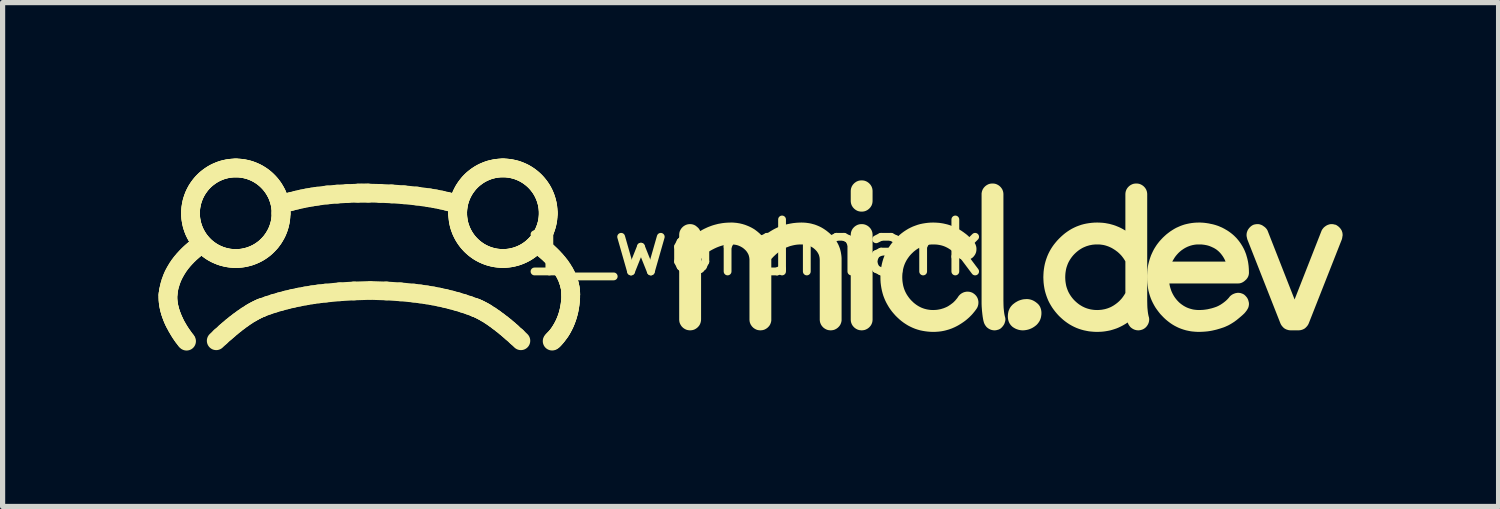
<source format=kicad_pcb>
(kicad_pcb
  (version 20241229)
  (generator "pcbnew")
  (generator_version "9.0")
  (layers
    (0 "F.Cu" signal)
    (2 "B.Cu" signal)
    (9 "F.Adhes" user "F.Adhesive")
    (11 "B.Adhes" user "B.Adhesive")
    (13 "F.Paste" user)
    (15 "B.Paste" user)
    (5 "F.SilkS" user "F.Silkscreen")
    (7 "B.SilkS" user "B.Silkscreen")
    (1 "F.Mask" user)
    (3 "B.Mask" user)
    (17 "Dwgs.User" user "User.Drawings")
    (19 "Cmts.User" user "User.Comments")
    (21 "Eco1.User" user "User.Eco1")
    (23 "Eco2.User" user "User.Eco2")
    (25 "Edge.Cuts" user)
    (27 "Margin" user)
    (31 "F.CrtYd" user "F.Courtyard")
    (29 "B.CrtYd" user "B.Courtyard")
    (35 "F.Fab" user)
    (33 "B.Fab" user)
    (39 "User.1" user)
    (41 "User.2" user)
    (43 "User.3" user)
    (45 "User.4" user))
  (footprint "1_wordmark"
    (layer "F.Cu")
    (at 11.47 2.217)
    (property "Reference" "1_wordmark" (at 0 -0.5 0) (unlocked yes) (layer "F.SilkS") (effects (font (size 1 1) (thickness 0.15))))
    (attr smd)
    (fp_line (start -11.29 0.437) (end -11.288 0.395) (stroke (width 0.36) (type solid)) (layer "F.SilkS"))
    (fp_line (start -11.289 0.48) (end -11.29 0.437) (stroke (width 0.36) (type solid)) (layer "F.SilkS"))
    (fp_line (start -11.288 0.395) (end -11.288 0.395) (stroke (width 0.36) (type solid)) (layer "F.SilkS"))
    (fp_line (start -11.288 0.395) (end -11.283 0.353) (stroke (width 0.36) (type solid)) (layer "F.SilkS"))
    (fp_line (start -11.287 0.522) (end -11.289 0.48) (stroke (width 0.36) (type solid)) (layer "F.SilkS"))
    (fp_line (start -11.283 0.353) (end -11.277 0.313) (stroke (width 0.36) (type solid)) (layer "F.SilkS"))
    (fp_line (start -11.282 0.564) (end -11.287 0.522) (stroke (width 0.36) (type solid)) (layer "F.SilkS"))
    (fp_line (start -11.277 0.313) (end -11.259 0.234) (stroke (width 0.36) (type solid)) (layer "F.SilkS"))
    (fp_line (start -11.275 0.606) (end -11.282 0.564) (stroke (width 0.36) (type solid)) (layer "F.SilkS"))
    (fp_line (start -11.267 0.647) (end -11.275 0.606) (stroke (width 0.36) (type solid)) (layer "F.SilkS"))
    (fp_line (start -11.259 0.234) (end -11.237 0.159) (stroke (width 0.36) (type solid)) (layer "F.SilkS"))
    (fp_line (start -11.257 0.687) (end -11.267 0.647) (stroke (width 0.36) (type solid)) (layer "F.SilkS"))
    (fp_line (start -11.246 0.727) (end -11.257 0.687) (stroke (width 0.36) (type solid)) (layer "F.SilkS"))
    (fp_line (start -11.237 0.159) (end -11.211 0.087) (stroke (width 0.36) (type solid)) (layer "F.SilkS"))
    (fp_line (start -11.233 0.767) (end -11.246 0.727) (stroke (width 0.36) (type solid)) (layer "F.SilkS"))
    (fp_line (start -11.219 0.805) (end -11.233 0.767) (stroke (width 0.36) (type solid)) (layer "F.SilkS"))
    (fp_line (start -11.211 0.087) (end -11.181 0.019) (stroke (width 0.36) (type solid)) (layer "F.SilkS"))
    (fp_line (start -11.205 0.843) (end -11.219 0.805) (stroke (width 0.36) (type solid)) (layer "F.SilkS"))
    (fp_line (start -11.189 0.88) (end -11.205 0.843) (stroke (width 0.36) (type solid)) (layer "F.SilkS"))
    (fp_line (start -11.181 0.019) (end -11.146 -0.046) (stroke (width 0.36) (type solid)) (layer "F.SilkS"))
    (fp_line (start -11.173 0.915) (end -11.189 0.88) (stroke (width 0.36) (type solid)) (layer "F.SilkS"))
    (fp_line (start -11.156 0.95) (end -11.173 0.915) (stroke (width 0.36) (type solid)) (layer "F.SilkS"))
    (fp_line (start -11.146 -0.046) (end -11.109 -0.108) (stroke (width 0.36) (type solid)) (layer "F.SilkS"))
    (fp_line (start -11.121 1.016) (end -11.156 0.95) (stroke (width 0.36) (type solid)) (layer "F.SilkS"))
    (fp_line (start -11.109 -0.108) (end -11.07 -0.166) (stroke (width 0.36) (type solid)) (layer "F.SilkS"))
    (fp_line (start -11.086 1.076) (end -11.121 1.016) (stroke (width 0.36) (type solid)) (layer "F.SilkS"))
    (fp_line (start -11.07 -0.166) (end -11.028 -0.221) (stroke (width 0.36) (type solid)) (layer "F.SilkS"))
    (fp_line (start -11.052 1.131) (end -11.086 1.076) (stroke (width 0.36) (type solid)) (layer "F.SilkS"))
    (fp_line (start -11.028 -0.221) (end -10.984 -0.273) (stroke (width 0.36) (type solid)) (layer "F.SilkS"))
    (fp_line (start -11.02 1.178) (end -11.052 1.131) (stroke (width 0.36) (type solid)) (layer "F.SilkS"))
    (fp_line (start -10.991 1.219) (end -11.02 1.178) (stroke (width 0.36) (type solid)) (layer "F.SilkS"))
    (fp_line (start -10.984 -0.273) (end -10.939 -0.322) (stroke (width 0.36) (type solid)) (layer "F.SilkS"))
    (fp_line (start -10.947 1.276) (end -10.991 1.219) (stroke (width 0.36) (type solid)) (layer "F.SilkS"))
    (fp_line (start -10.939 -0.322) (end -10.894 -0.368) (stroke (width 0.36) (type solid)) (layer "F.SilkS"))
    (fp_line (start -10.931 1.296) (end -10.947 1.276) (stroke (width 0.36) (type solid)) (layer "F.SilkS"))
    (fp_line (start -10.894 -0.368) (end -10.848 -0.411) (stroke (width 0.36) (type solid)) (layer "F.SilkS"))
    (fp_line (start -10.855 -1.165) (end -10.855 -1.165) (stroke (width 0.36) (type solid)) (layer "F.SilkS"))
    (fp_line (start -10.855 -1.165) (end -10.854 -1.21) (stroke (width 0.36) (type solid)) (layer "F.SilkS"))
    (fp_line (start -10.854 -1.21) (end -10.851 -1.254) (stroke (width 0.36) (type solid)) (layer "F.SilkS"))
    (fp_line (start -10.854 -1.12) (end -10.855 -1.165) (stroke (width 0.36) (type solid)) (layer "F.SilkS"))
    (fp_line (start -10.851 -1.254) (end -10.845 -1.298) (stroke (width 0.36) (type solid)) (layer "F.SilkS"))
    (fp_line (start -10.851 -1.076) (end -10.854 -1.12) (stroke (width 0.36) (type solid)) (layer "F.SilkS"))
    (fp_line (start -10.848 -0.411) (end -10.802 -0.451) (stroke (width 0.36) (type solid)) (layer "F.SilkS"))
    (fp_line (start -10.845 -1.298) (end -10.837 -1.341) (stroke (width 0.36) (type solid)) (layer "F.SilkS"))
    (fp_line (start -10.845 -1.032) (end -10.851 -1.076) (stroke (width 0.36) (type solid)) (layer "F.SilkS"))
    (fp_line (start -10.837 -1.341) (end -10.828 -1.383) (stroke (width 0.36) (type solid)) (layer "F.SilkS"))
    (fp_line (start -10.837 -0.99) (end -10.845 -1.032) (stroke (width 0.36) (type solid)) (layer "F.SilkS"))
    (fp_line (start -10.828 -1.383) (end -10.816 -1.424) (stroke (width 0.36) (type solid)) (layer "F.SilkS"))
    (fp_line (start -10.828 -0.947) (end -10.837 -0.99) (stroke (width 0.36) (type solid)) (layer "F.SilkS"))
    (fp_line (start -10.816 -1.424) (end -10.802 -1.464) (stroke (width 0.36) (type solid)) (layer "F.SilkS"))
    (fp_line (start -10.816 -0.906) (end -10.828 -0.947) (stroke (width 0.36) (type solid)) (layer "F.SilkS"))
    (fp_line (start -10.802 -1.464) (end -10.787 -1.504) (stroke (width 0.36) (type solid)) (layer "F.SilkS"))
    (fp_line (start -10.802 -0.866) (end -10.816 -0.906) (stroke (width 0.36) (type solid)) (layer "F.SilkS"))
    (fp_line (start -10.802 -0.451) (end -10.757 -0.489) (stroke (width 0.36) (type solid)) (layer "F.SilkS"))
    (fp_line (start -10.787 -1.504) (end -10.769 -1.543) (stroke (width 0.36) (type solid)) (layer "F.SilkS"))
    (fp_line (start -10.787 -0.826) (end -10.802 -0.866) (stroke (width 0.36) (type solid)) (layer "F.SilkS"))
    (fp_line (start -10.769 -1.543) (end -10.75 -1.58) (stroke (width 0.36) (type solid)) (layer "F.SilkS"))
    (fp_line (start -10.769 -0.788) (end -10.787 -0.826) (stroke (width 0.36) (type solid)) (layer "F.SilkS"))
    (fp_line (start -10.757 -0.489) (end -10.713 -0.523) (stroke (width 0.36) (type solid)) (layer "F.SilkS"))
    (fp_line (start -10.75 -1.58) (end -10.729 -1.617) (stroke (width 0.36) (type solid)) (layer "F.SilkS"))
    (fp_line (start -10.75 -0.75) (end -10.769 -0.788) (stroke (width 0.36) (type solid)) (layer "F.SilkS"))
    (fp_line (start -10.729 -1.617) (end -10.706 -1.652) (stroke (width 0.36) (type solid)) (layer "F.SilkS"))
    (fp_line (start -10.729 -0.714) (end -10.75 -0.75) (stroke (width 0.36) (type solid)) (layer "F.SilkS"))
    (fp_line (start -10.706 -1.652) (end -10.682 -1.686) (stroke (width 0.36) (type solid)) (layer "F.SilkS"))
    (fp_line (start -10.706 -0.678) (end -10.729 -0.714) (stroke (width 0.36) (type solid)) (layer "F.SilkS"))
    (fp_line (start -10.682 -1.686) (end -10.656 -1.719) (stroke (width 0.36) (type solid)) (layer "F.SilkS"))
    (fp_line (start -10.682 -0.644) (end -10.706 -0.678) (stroke (width 0.36) (type solid)) (layer "F.SilkS"))
    (fp_line (start -10.656 -1.719) (end -10.629 -1.751) (stroke (width 0.36) (type solid)) (layer "F.SilkS"))
    (fp_line (start -10.656 -0.611) (end -10.682 -0.644) (stroke (width 0.36) (type solid)) (layer "F.SilkS"))
    (fp_line (start -10.629 -1.751) (end -10.6 -1.781) (stroke (width 0.36) (type solid)) (layer "F.SilkS"))
    (fp_line (start -10.629 -0.58) (end -10.656 -0.611) (stroke (width 0.36) (type solid)) (layer "F.SilkS"))
    (fp_line (start -10.6 -1.781) (end -10.57 -1.81) (stroke (width 0.36) (type solid)) (layer "F.SilkS"))
    (fp_line (start -10.6 -0.549) (end -10.629 -0.58) (stroke (width 0.36) (type solid)) (layer "F.SilkS"))
    (fp_line (start -10.57 -1.81) (end -10.538 -1.837) (stroke (width 0.36) (type solid)) (layer "F.SilkS"))
    (fp_line (start -10.57 -0.52) (end -10.6 -0.549) (stroke (width 0.36) (type solid)) (layer "F.SilkS"))
    (fp_line (start -10.538 -1.837) (end -10.505 -1.863) (stroke (width 0.36) (type solid)) (layer "F.SilkS"))
    (fp_line (start -10.538 -0.493) (end -10.57 -0.52) (stroke (width 0.36) (type solid)) (layer "F.SilkS"))
    (fp_line (start -10.505 -1.863) (end -10.471 -1.887) (stroke (width 0.36) (type solid)) (layer "F.SilkS"))
    (fp_line (start -10.505 -0.467) (end -10.538 -0.493) (stroke (width 0.36) (type solid)) (layer "F.SilkS"))
    (fp_line (start -10.471 -1.887) (end -10.436 -1.91) (stroke (width 0.36) (type solid)) (layer "F.SilkS"))
    (fp_line (start -10.471 -0.443) (end -10.505 -0.467) (stroke (width 0.36) (type solid)) (layer "F.SilkS"))
    (fp_line (start -10.436 -1.91) (end -10.399 -1.931) (stroke (width 0.36) (type solid)) (layer "F.SilkS"))
    (fp_line (start -10.436 -0.42) (end -10.471 -0.443) (stroke (width 0.36) (type solid)) (layer "F.SilkS"))
    (fp_line (start -10.399 -1.931) (end -10.362 -1.95) (stroke (width 0.36) (type solid)) (layer "F.SilkS"))
    (fp_line (start -10.399 -0.399) (end -10.436 -0.42) (stroke (width 0.36) (type solid)) (layer "F.SilkS"))
    (fp_line (start -10.362 -1.95) (end -10.323 -1.967) (stroke (width 0.36) (type solid)) (layer "F.SilkS"))
    (fp_line (start -10.362 -0.38) (end -10.399 -0.399) (stroke (width 0.36) (type solid)) (layer "F.SilkS"))
    (fp_line (start -10.361 1.288) (end -10.277 1.209) (stroke (width 0.36) (type solid)) (layer "F.SilkS"))
    (fp_line (start -10.323 -1.967) (end -10.284 -1.983) (stroke (width 0.36) (type solid)) (layer "F.SilkS"))
    (fp_line (start -10.323 -0.363) (end -10.362 -0.38) (stroke (width 0.36) (type solid)) (layer "F.SilkS"))
    (fp_line (start -10.284 -1.983) (end -10.243 -1.997) (stroke (width 0.36) (type solid)) (layer "F.SilkS"))
    (fp_line (start -10.284 -0.347) (end -10.323 -0.363) (stroke (width 0.36) (type solid)) (layer "F.SilkS"))
    (fp_line (start -10.277 1.209) (end -10.182 1.124) (stroke (width 0.36) (type solid)) (layer "F.SilkS"))
    (fp_line (start -10.243 -1.997) (end -10.202 -2.008) (stroke (width 0.36) (type solid)) (layer "F.SilkS"))
    (fp_line (start -10.243 -0.333) (end -10.284 -0.347) (stroke (width 0.36) (type solid)) (layer "F.SilkS"))
    (fp_line (start -10.202 -2.008) (end -10.16 -2.018) (stroke (width 0.36) (type solid)) (layer "F.SilkS"))
    (fp_line (start -10.202 -0.322) (end -10.243 -0.333) (stroke (width 0.36) (type solid)) (layer "F.SilkS"))
    (fp_line (start -10.182 1.124) (end -10.125 1.075) (stroke (width 0.36) (type solid)) (layer "F.SilkS"))
    (fp_line (start -10.16 -2.018) (end -10.117 -2.026) (stroke (width 0.36) (type solid)) (layer "F.SilkS"))
    (fp_line (start -10.16 -0.312) (end -10.202 -0.322) (stroke (width 0.36) (type solid)) (layer "F.SilkS"))
    (fp_line (start -10.125 1.075) (end -10.063 1.022) (stroke (width 0.36) (type solid)) (layer "F.SilkS"))
    (fp_line (start -10.117 -2.026) (end -10.073 -2.031) (stroke (width 0.36) (type solid)) (layer "F.SilkS"))
    (fp_line (start -10.117 -0.304) (end -10.16 -0.312) (stroke (width 0.36) (type solid)) (layer "F.SilkS"))
    (fp_line (start -10.073 -2.031) (end -10.029 -2.035) (stroke (width 0.36) (type solid)) (layer "F.SilkS"))
    (fp_line (start -10.073 -0.299) (end -10.117 -0.304) (stroke (width 0.36) (type solid)) (layer "F.SilkS"))
    (fp_line (start -10.063 1.022) (end -9.996 0.968) (stroke (width 0.36) (type solid)) (layer "F.SilkS"))
    (fp_line (start -10.029 -2.035) (end -9.984 -2.036) (stroke (width 0.36) (type solid)) (layer "F.SilkS"))
    (fp_line (start -10.029 -0.295) (end -10.073 -0.299) (stroke (width 0.36) (type solid)) (layer "F.SilkS"))
    (fp_line (start -9.996 0.968) (end -9.926 0.914) (stroke (width 0.36) (type solid)) (layer "F.SilkS"))
    (fp_line (start -9.984 -2.036) (end -9.984 -2.036) (stroke (width 0.36) (type solid)) (layer "F.SilkS"))
    (fp_line (start -9.984 -2.036) (end -9.94 -2.035) (stroke (width 0.36) (type solid)) (layer "F.SilkS"))
    (fp_line (start -9.984 -0.294) (end -10.029 -0.295) (stroke (width 0.36) (type solid)) (layer "F.SilkS"))
    (fp_line (start -9.984 -0.294) (end -9.984 -0.294) (stroke (width 0.36) (type solid)) (layer "F.SilkS"))
    (fp_line (start -9.94 -2.035) (end -9.895 -2.031) (stroke (width 0.36) (type solid)) (layer "F.SilkS"))
    (fp_line (start -9.94 -0.295) (end -9.984 -0.294) (stroke (width 0.36) (type solid)) (layer "F.SilkS"))
    (fp_line (start -9.926 0.914) (end -9.853 0.861) (stroke (width 0.36) (type solid)) (layer "F.SilkS"))
    (fp_line (start -9.895 -2.031) (end -9.852 -2.026) (stroke (width 0.36) (type solid)) (layer "F.SilkS"))
    (fp_line (start -9.895 -0.299) (end -9.94 -0.295) (stroke (width 0.36) (type solid)) (layer "F.SilkS"))
    (fp_line (start -9.853 0.861) (end -9.778 0.809) (stroke (width 0.36) (type solid)) (layer "F.SilkS"))
    (fp_line (start -9.852 -2.026) (end -9.809 -2.018) (stroke (width 0.36) (type solid)) (layer "F.SilkS"))
    (fp_line (start -9.852 -0.304) (end -9.895 -0.299) (stroke (width 0.36) (type solid)) (layer "F.SilkS"))
    (fp_line (start -9.809 -2.018) (end -9.767 -2.008) (stroke (width 0.36) (type solid)) (layer "F.SilkS"))
    (fp_line (start -9.809 -0.312) (end -9.852 -0.304) (stroke (width 0.36) (type solid)) (layer "F.SilkS"))
    (fp_line (start -9.778 0.809) (end -9.702 0.761) (stroke (width 0.36) (type solid)) (layer "F.SilkS"))
    (fp_line (start -9.767 -2.008) (end -9.725 -1.997) (stroke (width 0.36) (type solid)) (layer "F.SilkS"))
    (fp_line (start -9.767 -0.322) (end -9.809 -0.312) (stroke (width 0.36) (type solid)) (layer "F.SilkS"))
    (fp_line (start -9.725 -1.997) (end -9.685 -1.983) (stroke (width 0.36) (type solid)) (layer "F.SilkS"))
    (fp_line (start -9.725 -0.333) (end -9.767 -0.322) (stroke (width 0.36) (type solid)) (layer "F.SilkS"))
    (fp_line (start -9.702 0.761) (end -9.664 0.739) (stroke (width 0.36) (type solid)) (layer "F.SilkS"))
    (fp_line (start -9.685 -1.983) (end -9.645 -1.967) (stroke (width 0.36) (type solid)) (layer "F.SilkS"))
    (fp_line (start -9.685 -0.347) (end -9.725 -0.333) (stroke (width 0.36) (type solid)) (layer "F.SilkS"))
    (fp_line (start -9.664 0.739) (end -9.627 0.718) (stroke (width 0.36) (type solid)) (layer "F.SilkS"))
    (fp_line (start -9.645 -1.967) (end -9.607 -1.95) (stroke (width 0.36) (type solid)) (layer "F.SilkS"))
    (fp_line (start -9.645 -0.363) (end -9.685 -0.347) (stroke (width 0.36) (type solid)) (layer "F.SilkS"))
    (fp_line (start -9.627 0.718) (end -9.589 0.698) (stroke (width 0.36) (type solid)) (layer "F.SilkS"))
    (fp_line (start -9.607 -1.95) (end -9.569 -1.931) (stroke (width 0.36) (type solid)) (layer "F.SilkS"))
    (fp_line (start -9.607 -0.38) (end -9.645 -0.363) (stroke (width 0.36) (type solid)) (layer "F.SilkS"))
    (fp_line (start -9.589 0.698) (end -9.552 0.68) (stroke (width 0.36) (type solid)) (layer "F.SilkS"))
    (fp_line (start -9.569 -1.931) (end -9.533 -1.91) (stroke (width 0.36) (type solid)) (layer "F.SilkS"))
    (fp_line (start -9.569 -0.399) (end -9.607 -0.38) (stroke (width 0.36) (type solid)) (layer "F.SilkS"))
    (fp_line (start -9.552 0.68) (end -9.516 0.663) (stroke (width 0.36) (type solid)) (layer "F.SilkS"))
    (fp_line (start -9.533 -1.91) (end -9.497 -1.887) (stroke (width 0.36) (type solid)) (layer "F.SilkS"))
    (fp_line (start -9.533 -0.42) (end -9.569 -0.399) (stroke (width 0.36) (type solid)) (layer "F.SilkS"))
    (fp_line (start -9.516 0.663) (end -9.48 0.649) (stroke (width 0.36) (type solid)) (layer "F.SilkS"))
    (fp_line (start -9.497 -1.887) (end -9.463 -1.863) (stroke (width 0.36) (type solid)) (layer "F.SilkS"))
    (fp_line (start -9.497 -0.443) (end -9.533 -0.42) (stroke (width 0.36) (type solid)) (layer "F.SilkS"))
    (fp_line (start -9.48 0.649) (end -9.48 0.649) (stroke (width 0.36) (type solid)) (layer "F.SilkS"))
    (fp_line (start -9.48 0.649) (end -9.364 0.607) (stroke (width 0.36) (type solid)) (layer "F.SilkS"))
    (fp_line (start -9.463 -1.863) (end -9.43 -1.837) (stroke (width 0.36) (type solid)) (layer "F.SilkS"))
    (fp_line (start -9.463 -0.467) (end -9.497 -0.443) (stroke (width 0.36) (type solid)) (layer "F.SilkS"))
    (fp_line (start -9.43 -1.837) (end -9.399 -1.81) (stroke (width 0.36) (type solid)) (layer "F.SilkS"))
    (fp_line (start -9.43 -0.493) (end -9.463 -0.467) (stroke (width 0.36) (type solid)) (layer "F.SilkS"))
    (fp_line (start -9.399 -1.81) (end -9.369 -1.781) (stroke (width 0.36) (type solid)) (layer "F.SilkS"))
    (fp_line (start -9.399 -0.52) (end -9.43 -0.493) (stroke (width 0.36) (type solid)) (layer "F.SilkS"))
    (fp_line (start -9.369 -1.781) (end -9.34 -1.751) (stroke (width 0.36) (type solid)) (layer "F.SilkS"))
    (fp_line (start -9.369 -0.549) (end -9.399 -0.52) (stroke (width 0.36) (type solid)) (layer "F.SilkS"))
    (fp_line (start -9.364 0.607) (end -9.248 0.569) (stroke (width 0.36) (type solid)) (layer "F.SilkS"))
    (fp_line (start -9.34 -1.751) (end -9.312 -1.719) (stroke (width 0.36) (type solid)) (layer "F.SilkS"))
    (fp_line (start -9.34 -0.58) (end -9.369 -0.549) (stroke (width 0.36) (type solid)) (layer "F.SilkS"))
    (fp_line (start -9.312 -1.719) (end -9.287 -1.686) (stroke (width 0.36) (type solid)) (layer "F.SilkS"))
    (fp_line (start -9.312 -0.611) (end -9.34 -0.58) (stroke (width 0.36) (type solid)) (layer "F.SilkS"))
    (fp_line (start -9.287 -1.686) (end -9.262 -1.652) (stroke (width 0.36) (type solid)) (layer "F.SilkS"))
    (fp_line (start -9.287 -0.644) (end -9.312 -0.611) (stroke (width 0.36) (type solid)) (layer "F.SilkS"))
    (fp_line (start -9.262 -1.652) (end -9.24 -1.617) (stroke (width 0.36) (type solid)) (layer "F.SilkS"))
    (fp_line (start -9.262 -0.678) (end -9.287 -0.644) (stroke (width 0.36) (type solid)) (layer "F.SilkS"))
    (fp_line (start -9.248 0.569) (end -9.13 0.535) (stroke (width 0.36) (type solid)) (layer "F.SilkS"))
    (fp_line (start -9.24 -1.617) (end -9.219 -1.58) (stroke (width 0.36) (type solid)) (layer "F.SilkS"))
    (fp_line (start -9.24 -0.714) (end -9.262 -0.678) (stroke (width 0.36) (type solid)) (layer "F.SilkS"))
    (fp_line (start -9.219 -1.58) (end -9.199 -1.543) (stroke (width 0.36) (type solid)) (layer "F.SilkS"))
    (fp_line (start -9.219 -0.75) (end -9.24 -0.714) (stroke (width 0.36) (type solid)) (layer "F.SilkS"))
    (fp_line (start -9.199 -1.543) (end -9.182 -1.504) (stroke (width 0.36) (type solid)) (layer "F.SilkS"))
    (fp_line (start -9.199 -0.788) (end -9.219 -0.75) (stroke (width 0.36) (type solid)) (layer "F.SilkS"))
    (fp_line (start -9.182 -1.504) (end -9.166 -1.464) (stroke (width 0.36) (type solid)) (layer "F.SilkS"))
    (fp_line (start -9.182 -0.826) (end -9.199 -0.788) (stroke (width 0.36) (type solid)) (layer "F.SilkS"))
    (fp_line (start -9.166 -1.464) (end -9.153 -1.424) (stroke (width 0.36) (type solid)) (layer "F.SilkS"))
    (fp_line (start -9.166 -0.866) (end -9.182 -0.826) (stroke (width 0.36) (type solid)) (layer "F.SilkS"))
    (fp_line (start -9.153 -1.424) (end -9.141 -1.383) (stroke (width 0.36) (type solid)) (layer "F.SilkS"))
    (fp_line (start -9.153 -0.906) (end -9.166 -0.866) (stroke (width 0.36) (type solid)) (layer "F.SilkS"))
    (fp_line (start -9.141 -1.383) (end -9.131 -1.341) (stroke (width 0.36) (type solid)) (layer "F.SilkS"))
    (fp_line (start -9.141 -0.947) (end -9.153 -0.906) (stroke (width 0.36) (type solid)) (layer "F.SilkS"))
    (fp_line (start -9.131 -1.341) (end -9.124 -1.298) (stroke (width 0.36) (type solid)) (layer "F.SilkS"))
    (fp_line (start -9.131 -0.99) (end -9.141 -0.947) (stroke (width 0.36) (type solid)) (layer "F.SilkS"))
    (fp_line (start -9.13 0.535) (end -9.01 0.503) (stroke (width 0.36) (type solid)) (layer "F.SilkS"))
    (fp_line (start -9.124 -1.298) (end -9.118 -1.254) (stroke (width 0.36) (type solid)) (layer "F.SilkS"))
    (fp_line (start -9.124 -1.032) (end -9.131 -0.99) (stroke (width 0.36) (type solid)) (layer "F.SilkS"))
    (fp_line (start -9.118 -1.254) (end -9.115 -1.21) (stroke (width 0.36) (type solid)) (layer "F.SilkS"))
    (fp_line (start -9.118 -1.076) (end -9.124 -1.032) (stroke (width 0.36) (type solid)) (layer "F.SilkS"))
    (fp_line (start -9.115 -1.21) (end -9.114 -1.165) (stroke (width 0.36) (type solid)) (layer "F.SilkS"))
    (fp_line (start -9.115 -1.12) (end -9.118 -1.076) (stroke (width 0.36) (type solid)) (layer "F.SilkS"))
    (fp_line (start -9.114 -1.165) (end -9.115 -1.12) (stroke (width 0.36) (type solid)) (layer "F.SilkS"))
    (fp_line (start -9.114 -1.165) (end -9.114 -1.165) (stroke (width 0.36) (type solid)) (layer "F.SilkS"))
    (fp_line (start -9.114 -1.165) (end -9.114 -1.165) (stroke (width 0.36) (type solid)) (layer "F.SilkS"))
    (fp_line (start -9.024 -1.363) (end -8.918 -1.392) (stroke (width 0.36) (type solid)) (layer "F.SilkS"))
    (fp_line (start -9.01 0.503) (end -8.889 0.474) (stroke (width 0.36) (type solid)) (layer "F.SilkS"))
    (fp_line (start -8.918 -1.392) (end -8.814 -1.418) (stroke (width 0.36) (type solid)) (layer "F.SilkS"))
    (fp_line (start -8.889 0.474) (end -8.766 0.448) (stroke (width 0.36) (type solid)) (layer "F.SilkS"))
    (fp_line (start -8.814 -1.418) (end -8.713 -1.441) (stroke (width 0.36) (type solid)) (layer "F.SilkS"))
    (fp_line (start -8.766 0.448) (end -8.641 0.425) (stroke (width 0.36) (type solid)) (layer "F.SilkS"))
    (fp_line (start -8.713 -1.441) (end -8.613 -1.461) (stroke (width 0.36) (type solid)) (layer "F.SilkS"))
    (fp_line (start -8.641 0.425) (end -8.515 0.404) (stroke (width 0.36) (type solid)) (layer "F.SilkS"))
    (fp_line (start -8.613 -1.461) (end -8.514 -1.478) (stroke (width 0.36) (type solid)) (layer "F.SilkS"))
    (fp_line (start -8.515 0.404) (end -8.386 0.386) (stroke (width 0.36) (type solid)) (layer "F.SilkS"))
    (fp_line (start -8.514 -1.478) (end -8.417 -1.493) (stroke (width 0.36) (type solid)) (layer "F.SilkS"))
    (fp_line (start -8.417 -1.493) (end -8.224 -1.517) (stroke (width 0.36) (type solid)) (layer "F.SilkS"))
    (fp_line (start -8.386 0.386) (end -8.255 0.371) (stroke (width 0.36) (type solid)) (layer "F.SilkS"))
    (fp_line (start -8.255 0.371) (end -7.988 0.346) (stroke (width 0.36) (type solid)) (layer "F.SilkS"))
    (fp_line (start -8.224 -1.517) (end -8.033 -1.533) (stroke (width 0.36) (type solid)) (layer "F.SilkS"))
    (fp_line (start -8.033 -1.533) (end -7.842 -1.544) (stroke (width 0.36) (type solid)) (layer "F.SilkS"))
    (fp_line (start -7.988 0.346) (end -7.711 0.33) (stroke (width 0.36) (type solid)) (layer "F.SilkS"))
    (fp_line (start -7.842 -1.544) (end -7.648 -1.551) (stroke (width 0.36) (type solid)) (layer "F.SilkS"))
    (fp_line (start -7.711 0.33) (end -7.424 0.321) (stroke (width 0.36) (type solid)) (layer "F.SilkS"))
    (fp_line (start -7.648 -1.551) (end -7.45 -1.554) (stroke (width 0.36) (type solid)) (layer "F.SilkS"))
    (fp_line (start -7.425 -1.552) (end -7.615 -1.554) (stroke (width 0.36) (type solid)) (layer "F.SilkS"))
    (fp_line (start -7.213 -1.547) (end -7.425 -1.552) (stroke (width 0.36) (type solid)) (layer "F.SilkS"))
    (fp_line (start -7.088 0.33) (end -7.372 0.321) (stroke (width 0.36) (type solid)) (layer "F.SilkS"))
    (fp_line (start -6.985 -1.537) (end -7.213 -1.547) (stroke (width 0.36) (type solid)) (layer "F.SilkS"))
    (fp_line (start -6.818 0.347) (end -7.088 0.33) (stroke (width 0.36) (type solid)) (layer "F.SilkS"))
    (fp_line (start -6.747 -1.52) (end -6.985 -1.537) (stroke (width 0.36) (type solid)) (layer "F.SilkS"))
    (fp_line (start -6.561 0.371) (end -6.818 0.347) (stroke (width 0.36) (type solid)) (layer "F.SilkS"))
    (fp_line (start -6.504 -1.496) (end -6.747 -1.52) (stroke (width 0.36) (type solid)) (layer "F.SilkS"))
    (fp_line (start -6.436 0.387) (end -6.561 0.371) (stroke (width 0.36) (type solid)) (layer "F.SilkS"))
    (fp_line (start -6.313 0.405) (end -6.436 0.387) (stroke (width 0.36) (type solid)) (layer "F.SilkS"))
    (fp_line (start -6.262 -1.462) (end -6.504 -1.496) (stroke (width 0.36) (type solid)) (layer "F.SilkS"))
    (fp_line (start -6.193 0.425) (end -6.313 0.405) (stroke (width 0.36) (type solid)) (layer "F.SilkS"))
    (fp_line (start -6.144 -1.442) (end -6.262 -1.462) (stroke (width 0.36) (type solid)) (layer "F.SilkS"))
    (fp_line (start -6.074 0.448) (end -6.193 0.425) (stroke (width 0.36) (type solid)) (layer "F.SilkS"))
    (fp_line (start -6.028 -1.419) (end -6.144 -1.442) (stroke (width 0.36) (type solid)) (layer "F.SilkS"))
    (fp_line (start -5.956 0.474) (end -6.074 0.448) (stroke (width 0.36) (type solid)) (layer "F.SilkS"))
    (fp_line (start -5.915 -1.393) (end -6.028 -1.419) (stroke (width 0.36) (type solid)) (layer "F.SilkS"))
    (fp_line (start -5.84 0.503) (end -5.956 0.474) (stroke (width 0.36) (type solid)) (layer "F.SilkS"))
    (fp_line (start -5.806 -1.364) (end -5.915 -1.393) (stroke (width 0.36) (type solid)) (layer "F.SilkS"))
    (fp_line (start -5.725 0.534) (end -5.84 0.503) (stroke (width 0.36) (type solid)) (layer "F.SilkS"))
    (fp_line (start -5.716 -1.166) (end -5.716 -1.166) (stroke (width 0.36) (type solid)) (layer "F.SilkS"))
    (fp_line (start -5.716 -1.166) (end -5.716 -1.166) (stroke (width 0.36) (type solid)) (layer "F.SilkS"))
    (fp_line (start -5.716 -1.166) (end -5.715 -1.121) (stroke (width 0.36) (type solid)) (layer "F.SilkS"))
    (fp_line (start -5.715 -1.211) (end -5.716 -1.166) (stroke (width 0.36) (type solid)) (layer "F.SilkS"))
    (fp_line (start -5.715 -1.121) (end -5.711 -1.077) (stroke (width 0.36) (type solid)) (layer "F.SilkS"))
    (fp_line (start -5.711 -1.255) (end -5.715 -1.211) (stroke (width 0.36) (type solid)) (layer "F.SilkS"))
    (fp_line (start -5.711 -1.077) (end -5.706 -1.033) (stroke (width 0.36) (type solid)) (layer "F.SilkS"))
    (fp_line (start -5.706 -1.299) (end -5.711 -1.255) (stroke (width 0.36) (type solid)) (layer "F.SilkS"))
    (fp_line (start -5.706 -1.033) (end -5.698 -0.991) (stroke (width 0.36) (type solid)) (layer "F.SilkS"))
    (fp_line (start -5.698 -1.342) (end -5.706 -1.299) (stroke (width 0.36) (type solid)) (layer "F.SilkS"))
    (fp_line (start -5.698 -0.991) (end -5.689 -0.948) (stroke (width 0.36) (type solid)) (layer "F.SilkS"))
    (fp_line (start -5.689 -1.384) (end -5.698 -1.342) (stroke (width 0.36) (type solid)) (layer "F.SilkS"))
    (fp_line (start -5.689 -0.948) (end -5.677 -0.907) (stroke (width 0.36) (type solid)) (layer "F.SilkS"))
    (fp_line (start -5.677 -1.425) (end -5.689 -1.384) (stroke (width 0.36) (type solid)) (layer "F.SilkS"))
    (fp_line (start -5.677 -0.907) (end -5.663 -0.867) (stroke (width 0.36) (type solid)) (layer "F.SilkS"))
    (fp_line (start -5.663 -1.466) (end -5.677 -1.425) (stroke (width 0.36) (type solid)) (layer "F.SilkS"))
    (fp_line (start -5.663 -0.867) (end -5.648 -0.827) (stroke (width 0.36) (type solid)) (layer "F.SilkS"))
    (fp_line (start -5.648 -1.505) (end -5.663 -1.466) (stroke (width 0.36) (type solid)) (layer "F.SilkS"))
    (fp_line (start -5.648 -0.827) (end -5.63 -0.789) (stroke (width 0.36) (type solid)) (layer "F.SilkS"))
    (fp_line (start -5.63 -1.544) (end -5.648 -1.505) (stroke (width 0.36) (type solid)) (layer "F.SilkS"))
    (fp_line (start -5.63 -0.789) (end -5.611 -0.751) (stroke (width 0.36) (type solid)) (layer "F.SilkS"))
    (fp_line (start -5.611 -1.581) (end -5.63 -1.544) (stroke (width 0.36) (type solid)) (layer "F.SilkS"))
    (fp_line (start -5.611 -0.751) (end -5.59 -0.715) (stroke (width 0.36) (type solid)) (layer "F.SilkS"))
    (fp_line (start -5.61 0.569) (end -5.725 0.534) (stroke (width 0.36) (type solid)) (layer "F.SilkS"))
    (fp_line (start -5.59 -1.618) (end -5.611 -1.581) (stroke (width 0.36) (type solid)) (layer "F.SilkS"))
    (fp_line (start -5.59 -0.715) (end -5.567 -0.679) (stroke (width 0.36) (type solid)) (layer "F.SilkS"))
    (fp_line (start -5.567 -1.653) (end -5.59 -1.618) (stroke (width 0.36) (type solid)) (layer "F.SilkS"))
    (fp_line (start -5.567 -0.679) (end -5.543 -0.645) (stroke (width 0.36) (type solid)) (layer "F.SilkS"))
    (fp_line (start -5.543 -1.687) (end -5.567 -1.653) (stroke (width 0.36) (type solid)) (layer "F.SilkS"))
    (fp_line (start -5.543 -0.645) (end -5.517 -0.612) (stroke (width 0.36) (type solid)) (layer "F.SilkS"))
    (fp_line (start -5.517 -1.72) (end -5.543 -1.687) (stroke (width 0.36) (type solid)) (layer "F.SilkS"))
    (fp_line (start -5.517 -0.612) (end -5.49 -0.581) (stroke (width 0.36) (type solid)) (layer "F.SilkS"))
    (fp_line (start -5.495 0.607) (end -5.61 0.569) (stroke (width 0.36) (type solid)) (layer "F.SilkS"))
    (fp_line (start -5.49 -1.752) (end -5.517 -1.72) (stroke (width 0.36) (type solid)) (layer "F.SilkS"))
    (fp_line (start -5.49 -0.581) (end -5.461 -0.55) (stroke (width 0.36) (type solid)) (layer "F.SilkS"))
    (fp_line (start -5.461 -1.782) (end -5.49 -1.752) (stroke (width 0.36) (type solid)) (layer "F.SilkS"))
    (fp_line (start -5.461 -0.55) (end -5.431 -0.522) (stroke (width 0.36) (type solid)) (layer "F.SilkS"))
    (fp_line (start -5.431 -1.811) (end -5.461 -1.782) (stroke (width 0.36) (type solid)) (layer "F.SilkS"))
    (fp_line (start -5.431 -0.522) (end -5.399 -0.494) (stroke (width 0.36) (type solid)) (layer "F.SilkS"))
    (fp_line (start -5.399 -1.838) (end -5.431 -1.811) (stroke (width 0.36) (type solid)) (layer "F.SilkS"))
    (fp_line (start -5.399 -0.494) (end -5.366 -0.468) (stroke (width 0.36) (type solid)) (layer "F.SilkS"))
    (fp_line (start -5.381 0.649) (end -5.495 0.607) (stroke (width 0.36) (type solid)) (layer "F.SilkS"))
    (fp_line (start -5.381 0.649) (end -5.381 0.649) (stroke (width 0.36) (type solid)) (layer "F.SilkS"))
    (fp_line (start -5.366 -1.864) (end -5.399 -1.838) (stroke (width 0.36) (type solid)) (layer "F.SilkS"))
    (fp_line (start -5.366 -0.468) (end -5.332 -0.444) (stroke (width 0.36) (type solid)) (layer "F.SilkS"))
    (fp_line (start -5.345 0.663) (end -5.381 0.649) (stroke (width 0.36) (type solid)) (layer "F.SilkS"))
    (fp_line (start -5.332 -1.888) (end -5.366 -1.864) (stroke (width 0.36) (type solid)) (layer "F.SilkS"))
    (fp_line (start -5.332 -0.444) (end -5.297 -0.421) (stroke (width 0.36) (type solid)) (layer "F.SilkS"))
    (fp_line (start -5.308 0.679) (end -5.345 0.663) (stroke (width 0.36) (type solid)) (layer "F.SilkS"))
    (fp_line (start -5.297 -1.911) (end -5.332 -1.888) (stroke (width 0.36) (type solid)) (layer "F.SilkS"))
    (fp_line (start -5.297 -0.421) (end -5.26 -0.4) (stroke (width 0.36) (type solid)) (layer "F.SilkS"))
    (fp_line (start -5.271 0.698) (end -5.308 0.679) (stroke (width 0.36) (type solid)) (layer "F.SilkS"))
    (fp_line (start -5.26 -1.932) (end -5.297 -1.911) (stroke (width 0.36) (type solid)) (layer "F.SilkS"))
    (fp_line (start -5.26 -0.4) (end -5.223 -0.381) (stroke (width 0.36) (type solid)) (layer "F.SilkS"))
    (fp_line (start -5.234 0.717) (end -5.271 0.698) (stroke (width 0.36) (type solid)) (layer "F.SilkS"))
    (fp_line (start -5.223 -1.951) (end -5.26 -1.932) (stroke (width 0.36) (type solid)) (layer "F.SilkS"))
    (fp_line (start -5.223 -0.381) (end -5.184 -0.364) (stroke (width 0.36) (type solid)) (layer "F.SilkS"))
    (fp_line (start -5.196 0.738) (end -5.234 0.717) (stroke (width 0.36) (type solid)) (layer "F.SilkS"))
    (fp_line (start -5.184 -1.968) (end -5.223 -1.951) (stroke (width 0.36) (type solid)) (layer "F.SilkS"))
    (fp_line (start -5.184 -0.364) (end -5.145 -0.348) (stroke (width 0.36) (type solid)) (layer "F.SilkS"))
    (fp_line (start -5.158 0.761) (end -5.196 0.738) (stroke (width 0.36) (type solid)) (layer "F.SilkS"))
    (fp_line (start -5.145 -1.984) (end -5.184 -1.968) (stroke (width 0.36) (type solid)) (layer "F.SilkS"))
    (fp_line (start -5.145 -0.348) (end -5.104 -0.334) (stroke (width 0.36) (type solid)) (layer "F.SilkS"))
    (fp_line (start -5.104 -1.998) (end -5.145 -1.984) (stroke (width 0.36) (type solid)) (layer "F.SilkS"))
    (fp_line (start -5.104 -0.334) (end -5.063 -0.323) (stroke (width 0.36) (type solid)) (layer "F.SilkS"))
    (fp_line (start -5.082 0.809) (end -5.158 0.761) (stroke (width 0.36) (type solid)) (layer "F.SilkS"))
    (fp_line (start -5.063 -2.009) (end -5.104 -1.998) (stroke (width 0.36) (type solid)) (layer "F.SilkS"))
    (fp_line (start -5.063 -0.323) (end -5.021 -0.313) (stroke (width 0.36) (type solid)) (layer "F.SilkS"))
    (fp_line (start -5.021 -2.019) (end -5.063 -2.009) (stroke (width 0.36) (type solid)) (layer "F.SilkS"))
    (fp_line (start -5.021 -0.313) (end -4.978 -0.305) (stroke (width 0.36) (type solid)) (layer "F.SilkS"))
    (fp_line (start -5.008 0.86) (end -5.082 0.809) (stroke (width 0.36) (type solid)) (layer "F.SilkS"))
    (fp_line (start -4.978 -2.027) (end -5.021 -2.019) (stroke (width 0.36) (type solid)) (layer "F.SilkS"))
    (fp_line (start -4.978 -0.305) (end -4.934 -0.3) (stroke (width 0.36) (type solid)) (layer "F.SilkS"))
    (fp_line (start -4.935 0.914) (end -5.008 0.86) (stroke (width 0.36) (type solid)) (layer "F.SilkS"))
    (fp_line (start -4.934 -2.032) (end -4.978 -2.027) (stroke (width 0.36) (type solid)) (layer "F.SilkS"))
    (fp_line (start -4.934 -0.3) (end -4.89 -0.296) (stroke (width 0.36) (type solid)) (layer "F.SilkS"))
    (fp_line (start -4.89 -2.036) (end -4.934 -2.032) (stroke (width 0.36) (type solid)) (layer "F.SilkS"))
    (fp_line (start -4.89 -0.296) (end -4.845 -0.295) (stroke (width 0.36) (type solid)) (layer "F.SilkS"))
    (fp_line (start -4.864 0.968) (end -4.935 0.914) (stroke (width 0.36) (type solid)) (layer "F.SilkS"))
    (fp_line (start -4.845 -2.037) (end -4.89 -2.036) (stroke (width 0.36) (type solid)) (layer "F.SilkS"))
    (fp_line (start -4.845 -2.037) (end -4.845 -2.037) (stroke (width 0.36) (type solid)) (layer "F.SilkS"))
    (fp_line (start -4.845 -0.295) (end -4.845 -0.295) (stroke (width 0.36) (type solid)) (layer "F.SilkS"))
    (fp_line (start -4.845 -0.295) (end -4.8 -0.296) (stroke (width 0.36) (type solid)) (layer "F.SilkS"))
    (fp_line (start -4.8 -2.036) (end -4.845 -2.037) (stroke (width 0.36) (type solid)) (layer "F.SilkS"))
    (fp_line (start -4.8 -0.296) (end -4.756 -0.3) (stroke (width 0.36) (type solid)) (layer "F.SilkS"))
    (fp_line (start -4.797 1.022) (end -4.864 0.968) (stroke (width 0.36) (type solid)) (layer "F.SilkS"))
    (fp_line (start -4.756 -2.032) (end -4.8 -2.036) (stroke (width 0.36) (type solid)) (layer "F.SilkS"))
    (fp_line (start -4.756 -0.3) (end -4.713 -0.305) (stroke (width 0.36) (type solid)) (layer "F.SilkS"))
    (fp_line (start -4.735 1.074) (end -4.797 1.022) (stroke (width 0.36) (type solid)) (layer "F.SilkS"))
    (fp_line (start -4.713 -2.027) (end -4.756 -2.032) (stroke (width 0.36) (type solid)) (layer "F.SilkS"))
    (fp_line (start -4.713 -0.305) (end -4.67 -0.313) (stroke (width 0.36) (type solid)) (layer "F.SilkS"))
    (fp_line (start -4.678 1.124) (end -4.735 1.074) (stroke (width 0.36) (type solid)) (layer "F.SilkS"))
    (fp_line (start -4.67 -2.019) (end -4.713 -2.027) (stroke (width 0.36) (type solid)) (layer "F.SilkS"))
    (fp_line (start -4.67 -0.313) (end -4.628 -0.323) (stroke (width 0.36) (type solid)) (layer "F.SilkS"))
    (fp_line (start -4.628 -2.009) (end -4.67 -2.019) (stroke (width 0.36) (type solid)) (layer "F.SilkS"))
    (fp_line (start -4.628 -0.323) (end -4.586 -0.334) (stroke (width 0.36) (type solid)) (layer "F.SilkS"))
    (fp_line (start -4.586 -1.998) (end -4.628 -2.009) (stroke (width 0.36) (type solid)) (layer "F.SilkS"))
    (fp_line (start -4.586 -0.334) (end -4.546 -0.348) (stroke (width 0.36) (type solid)) (layer "F.SilkS"))
    (fp_line (start -4.584 1.208) (end -4.678 1.124) (stroke (width 0.36) (type solid)) (layer "F.SilkS"))
    (fp_line (start -4.546 -1.984) (end -4.586 -1.998) (stroke (width 0.36) (type solid)) (layer "F.SilkS"))
    (fp_line (start -4.546 -0.348) (end -4.506 -0.364) (stroke (width 0.36) (type solid)) (layer "F.SilkS"))
    (fp_line (start -4.506 -1.968) (end -4.546 -1.984) (stroke (width 0.36) (type solid)) (layer "F.SilkS"))
    (fp_line (start -4.506 -0.364) (end -4.468 -0.381) (stroke (width 0.36) (type solid)) (layer "F.SilkS"))
    (fp_line (start -4.5 1.288) (end -4.584 1.208) (stroke (width 0.36) (type solid)) (layer "F.SilkS"))
    (fp_line (start -4.468 -1.951) (end -4.506 -1.968) (stroke (width 0.36) (type solid)) (layer "F.SilkS"))
    (fp_line (start -4.468 -0.381) (end -4.43 -0.4) (stroke (width 0.36) (type solid)) (layer "F.SilkS"))
    (fp_line (start -4.43 -1.932) (end -4.468 -1.951) (stroke (width 0.36) (type solid)) (layer "F.SilkS"))
    (fp_line (start -4.43 -0.4) (end -4.394 -0.421) (stroke (width 0.36) (type solid)) (layer "F.SilkS"))
    (fp_line (start -4.394 -1.911) (end -4.43 -1.932) (stroke (width 0.36) (type solid)) (layer "F.SilkS"))
    (fp_line (start -4.394 -0.421) (end -4.358 -0.444) (stroke (width 0.36) (type solid)) (layer "F.SilkS"))
    (fp_line (start -4.358 -1.888) (end -4.394 -1.911) (stroke (width 0.36) (type solid)) (layer "F.SilkS"))
    (fp_line (start -4.358 -0.444) (end -4.324 -0.468) (stroke (width 0.36) (type solid)) (layer "F.SilkS"))
    (fp_line (start -4.324 -1.864) (end -4.358 -1.888) (stroke (width 0.36) (type solid)) (layer "F.SilkS"))
    (fp_line (start -4.324 -0.468) (end -4.291 -0.494) (stroke (width 0.36) (type solid)) (layer "F.SilkS"))
    (fp_line (start -4.291 -1.838) (end -4.324 -1.864) (stroke (width 0.36) (type solid)) (layer "F.SilkS"))
    (fp_line (start -4.291 -0.494) (end -4.26 -0.522) (stroke (width 0.36) (type solid)) (layer "F.SilkS"))
    (fp_line (start -4.26 -1.811) (end -4.291 -1.838) (stroke (width 0.36) (type solid)) (layer "F.SilkS"))
    (fp_line (start -4.26 -0.522) (end -4.229 -0.55) (stroke (width 0.36) (type solid)) (layer "F.SilkS"))
    (fp_line (start -4.229 -1.782) (end -4.26 -1.811) (stroke (width 0.36) (type solid)) (layer "F.SilkS"))
    (fp_line (start -4.229 -0.55) (end -4.201 -0.581) (stroke (width 0.36) (type solid)) (layer "F.SilkS"))
    (fp_line (start -4.201 -1.752) (end -4.229 -1.782) (stroke (width 0.36) (type solid)) (layer "F.SilkS"))
    (fp_line (start -4.201 -0.581) (end -4.173 -0.612) (stroke (width 0.36) (type solid)) (layer "F.SilkS"))
    (fp_line (start -4.173 -1.72) (end -4.201 -1.752) (stroke (width 0.36) (type solid)) (layer "F.SilkS"))
    (fp_line (start -4.173 -0.612) (end -4.147 -0.645) (stroke (width 0.36) (type solid)) (layer "F.SilkS"))
    (fp_line (start -4.147 -1.687) (end -4.173 -1.72) (stroke (width 0.36) (type solid)) (layer "F.SilkS"))
    (fp_line (start -4.147 -0.645) (end -4.123 -0.679) (stroke (width 0.36) (type solid)) (layer "F.SilkS"))
    (fp_line (start -4.123 -1.653) (end -4.147 -1.687) (stroke (width 0.36) (type solid)) (layer "F.SilkS"))
    (fp_line (start -4.123 -0.679) (end -4.1 -0.715) (stroke (width 0.36) (type solid)) (layer "F.SilkS"))
    (fp_line (start -4.1 -1.618) (end -4.123 -1.653) (stroke (width 0.36) (type solid)) (layer "F.SilkS"))
    (fp_line (start -4.1 -0.715) (end -4.079 -0.751) (stroke (width 0.36) (type solid)) (layer "F.SilkS"))
    (fp_line (start -4.079 -1.581) (end -4.1 -1.618) (stroke (width 0.36) (type solid)) (layer "F.SilkS"))
    (fp_line (start -4.079 -0.751) (end -4.06 -0.789) (stroke (width 0.36) (type solid)) (layer "F.SilkS"))
    (fp_line (start -4.072 -0.489) (end -4.117 -0.524) (stroke (width 0.36) (type solid)) (layer "F.SilkS"))
    (fp_line (start -4.06 -1.544) (end -4.079 -1.581) (stroke (width 0.36) (type solid)) (layer "F.SilkS"))
    (fp_line (start -4.06 -0.789) (end -4.043 -0.827) (stroke (width 0.36) (type solid)) (layer "F.SilkS"))
    (fp_line (start -4.043 -1.505) (end -4.06 -1.544) (stroke (width 0.36) (type solid)) (layer "F.SilkS"))
    (fp_line (start -4.043 -0.827) (end -4.027 -0.867) (stroke (width 0.36) (type solid)) (layer "F.SilkS"))
    (fp_line (start -4.027 -1.466) (end -4.043 -1.505) (stroke (width 0.36) (type solid)) (layer "F.SilkS"))
    (fp_line (start -4.027 -0.867) (end -4.014 -0.907) (stroke (width 0.36) (type solid)) (layer "F.SilkS"))
    (fp_line (start -4.026 -0.451) (end -4.072 -0.489) (stroke (width 0.36) (type solid)) (layer "F.SilkS"))
    (fp_line (start -4.014 -1.425) (end -4.027 -1.466) (stroke (width 0.36) (type solid)) (layer "F.SilkS"))
    (fp_line (start -4.014 -0.907) (end -4.002 -0.948) (stroke (width 0.36) (type solid)) (layer "F.SilkS"))
    (fp_line (start -4.002 -1.384) (end -4.014 -1.425) (stroke (width 0.36) (type solid)) (layer "F.SilkS"))
    (fp_line (start -4.002 -0.948) (end -3.992 -0.991) (stroke (width 0.36) (type solid)) (layer "F.SilkS"))
    (fp_line (start -3.992 -1.342) (end -4.002 -1.384) (stroke (width 0.36) (type solid)) (layer "F.SilkS"))
    (fp_line (start -3.992 -0.991) (end -3.984 -1.033) (stroke (width 0.36) (type solid)) (layer "F.SilkS"))
    (fp_line (start -3.984 -1.299) (end -3.992 -1.342) (stroke (width 0.36) (type solid)) (layer "F.SilkS"))
    (fp_line (start -3.984 -1.033) (end -3.979 -1.077) (stroke (width 0.36) (type solid)) (layer "F.SilkS"))
    (fp_line (start -3.979 -1.255) (end -3.984 -1.299) (stroke (width 0.36) (type solid)) (layer "F.SilkS"))
    (fp_line (start -3.979 -1.077) (end -3.976 -1.121) (stroke (width 0.36) (type solid)) (layer "F.SilkS"))
    (fp_line (start -3.978 -0.409) (end -4.026 -0.451) (stroke (width 0.36) (type solid)) (layer "F.SilkS"))
    (fp_line (start -3.976 -1.211) (end -3.979 -1.255) (stroke (width 0.36) (type solid)) (layer "F.SilkS"))
    (fp_line (start -3.976 -1.121) (end -3.974 -1.166) (stroke (width 0.36) (type solid)) (layer "F.SilkS"))
    (fp_line (start -3.974 -1.166) (end -3.976 -1.211) (stroke (width 0.36) (type solid)) (layer "F.SilkS"))
    (fp_line (start -3.974 -1.166) (end -3.974 -1.166) (stroke (width 0.36) (type solid)) (layer "F.SilkS"))
    (fp_line (start -3.929 -0.363) (end -3.978 -0.409) (stroke (width 0.36) (type solid)) (layer "F.SilkS"))
    (fp_line (start -3.899 1.295) (end -3.883 1.281) (stroke (width 0.36) (type solid)) (layer "F.SilkS"))
    (fp_line (start -3.883 1.281) (end -3.866 1.264) (stroke (width 0.36) (type solid)) (layer "F.SilkS"))
    (fp_line (start -3.881 -0.315) (end -3.929 -0.363) (stroke (width 0.36) (type solid)) (layer "F.SilkS"))
    (fp_line (start -3.866 1.264) (end -3.843 1.24) (stroke (width 0.36) (type solid)) (layer "F.SilkS"))
    (fp_line (start -3.843 1.24) (end -3.816 1.209) (stroke (width 0.36) (type solid)) (layer "F.SilkS"))
    (fp_line (start -3.833 -0.263) (end -3.881 -0.315) (stroke (width 0.36) (type solid)) (layer "F.SilkS"))
    (fp_line (start -3.816 1.209) (end -3.786 1.171) (stroke (width 0.36) (type solid)) (layer "F.SilkS"))
    (fp_line (start -3.787 -0.209) (end -3.833 -0.263) (stroke (width 0.36) (type solid)) (layer "F.SilkS"))
    (fp_line (start -3.786 1.171) (end -3.753 1.126) (stroke (width 0.36) (type solid)) (layer "F.SilkS"))
    (fp_line (start -3.753 1.126) (end -3.737 1.101) (stroke (width 0.36) (type solid)) (layer "F.SilkS"))
    (fp_line (start -3.742 -0.152) (end -3.787 -0.209) (stroke (width 0.36) (type solid)) (layer "F.SilkS"))
    (fp_line (start -3.737 1.101) (end -3.72 1.074) (stroke (width 0.36) (type solid)) (layer "F.SilkS"))
    (fp_line (start -3.72 1.074) (end -3.703 1.045) (stroke (width 0.36) (type solid)) (layer "F.SilkS"))
    (fp_line (start -3.703 1.045) (end -3.687 1.014) (stroke (width 0.36) (type solid)) (layer "F.SilkS"))
    (fp_line (start -3.701 -0.092) (end -3.742 -0.152) (stroke (width 0.36) (type solid)) (layer "F.SilkS"))
    (fp_line (start -3.687 1.014) (end -3.67 0.982) (stroke (width 0.36) (type solid)) (layer "F.SilkS"))
    (fp_line (start -3.67 0.982) (end -3.654 0.948) (stroke (width 0.36) (type solid)) (layer "F.SilkS"))
    (fp_line (start -3.662 -0.029) (end -3.701 -0.092) (stroke (width 0.36) (type solid)) (layer "F.SilkS"))
    (fp_line (start -3.654 0.948) (end -3.639 0.912) (stroke (width 0.36) (type solid)) (layer "F.SilkS"))
    (fp_line (start -3.639 0.912) (end -3.624 0.874) (stroke (width 0.36) (type solid)) (layer "F.SilkS"))
    (fp_line (start -3.628 0.036) (end -3.662 -0.029) (stroke (width 0.36) (type solid)) (layer "F.SilkS"))
    (fp_line (start -3.624 0.874) (end -3.61 0.834) (stroke (width 0.36) (type solid)) (layer "F.SilkS"))
    (fp_line (start -3.61 0.834) (end -3.597 0.793) (stroke (width 0.36) (type solid)) (layer "F.SilkS"))
    (fp_line (start -3.599 0.104) (end -3.628 0.036) (stroke (width 0.36) (type solid)) (layer "F.SilkS"))
    (fp_line (start -3.597 0.793) (end -3.585 0.749) (stroke (width 0.36) (type solid)) (layer "F.SilkS"))
    (fp_line (start -3.586 0.138) (end -3.599 0.104) (stroke (width 0.36) (type solid)) (layer "F.SilkS"))
    (fp_line (start -3.585 0.749) (end -3.574 0.704) (stroke (width 0.36) (type solid)) (layer "F.SilkS"))
    (fp_line (start -3.575 0.173) (end -3.586 0.138) (stroke (width 0.36) (type solid)) (layer "F.SilkS"))
    (fp_line (start -3.574 0.704) (end -3.565 0.657) (stroke (width 0.36) (type solid)) (layer "F.SilkS"))
    (fp_line (start -3.565 0.209) (end -3.575 0.173) (stroke (width 0.36) (type solid)) (layer "F.SilkS"))
    (fp_line (start -3.565 0.657) (end -3.557 0.608) (stroke (width 0.36) (type solid)) (layer "F.SilkS"))
    (fp_line (start -3.557 0.608) (end -3.55 0.558) (stroke (width 0.36) (type solid)) (layer "F.SilkS"))
    (fp_line (start -3.557 0.245) (end -3.565 0.209) (stroke (width 0.36) (type solid)) (layer "F.SilkS"))
    (fp_line (start -3.55 0.558) (end -3.545 0.505) (stroke (width 0.36) (type solid)) (layer "F.SilkS"))
    (fp_line (start -3.55 0.281) (end -3.557 0.245) (stroke (width 0.36) (type solid)) (layer "F.SilkS"))
    (fp_line (start -3.545 0.505) (end -3.542 0.45) (stroke (width 0.36) (type solid)) (layer "F.SilkS"))
    (fp_line (start -3.545 0.318) (end -3.55 0.281) (stroke (width 0.36) (type solid)) (layer "F.SilkS"))
    (fp_line (start -3.542 0.45) (end -3.541 0.394) (stroke (width 0.36) (type solid)) (layer "F.SilkS"))
    (fp_line (start -3.542 0.356) (end -3.545 0.318) (stroke (width 0.36) (type solid)) (layer "F.SilkS"))
    (fp_line (start -3.541 0.394) (end -3.542 0.356) (stroke (width 0.36) (type solid)) (layer "F.SilkS"))
    (fp_line (start -3.541 0.394) (end -3.541 0.394) (stroke (width 0.36) (type solid)) (layer "F.SilkS"))
    (fp_poly (pts (xy 5.239 0.516) (xy 5.251 0.517) (xy 5.262 0.518) (xy 5.274 0.52) (xy 5.285 0.522) (xy 5.296 0.525) (xy 5.307 0.528) (xy 5.318 0.532) (xy 5.329 0.536) (xy 5.339 0.541) (xy 5.35 0.546) (xy 5.36 0.552) (xy 5.37 0.558) (xy 5.38 0.565) (xy 5.391 0.572) (xy 5.4 0.58) (xy 5.41 0.588) (xy 5.42 0.596) (xy 5.429 0.605) (xy 5.437 0.614) (xy 5.444 0.623) (xy 5.451 0.633) (xy 5.457 0.643) (xy 5.462 0.654) (xy 5.467 0.665) (xy 5.471 0.677) (xy 5.475 0.689) (xy 5.478 0.702) (xy 5.48 0.715) (xy 5.482 0.728) (xy 5.483 0.742) (xy 5.483 0.757) (xy 5.483 0.757) (xy 5.483 0.774) (xy 5.481 0.79) (xy 5.479 0.807) (xy 5.476 0.823) (xy 5.473 0.838) (xy 5.468 0.853) (xy 5.463 0.867) (xy 5.457 0.881) (xy 5.45 0.895) (xy 5.442 0.908) (xy 5.433 0.921) (xy 5.424 0.933) (xy 5.414 0.945) (xy 5.403 0.957) (xy 5.391 0.968) (xy 5.378 0.978) (xy 5.365 0.988) (xy 5.352 0.997) (xy 5.339 1.005) (xy 5.326 1.013) (xy 5.312 1.02) (xy 5.299 1.026) (xy 5.285 1.032) (xy 5.271 1.037) (xy 5.257 1.042) (xy 5.242 1.046) (xy 5.228 1.049) (xy 5.213 1.052) (xy 5.198 1.054) (xy 5.183 1.056) (xy 5.168 1.057) (xy 5.153 1.057) (xy 5.141 1.057) (xy 5.129 1.056) (xy 5.118 1.055) (xy 5.106 1.053) (xy 5.095 1.051) (xy 5.084 1.049) (xy 5.073 1.045) (xy 5.062 1.042) (xy 5.051 1.038) (xy 5.04 1.034) (xy 5.029 1.029) (xy 5.018 1.023) (xy 5.007 1.017) (xy 4.997 1.011) (xy 4.986 1.004) (xy 4.976 0.997) (xy 4.967 0.989) (xy 4.958 0.98) (xy 4.949 0.971) (xy 4.942 0.962) (xy 4.935 0.952) (xy 4.928 0.942) (xy 4.922 0.931) (xy 4.917 0.92) (xy 4.912 0.908) (xy 4.908 0.897) (xy 4.905 0.884) (xy 4.902 0.872) (xy 4.9 0.858) (xy 4.898 0.845) (xy 4.898 0.831) (xy 4.897 0.817) (xy 4.898 0.8) (xy 4.899 0.783) (xy 4.901 0.767) (xy 4.904 0.751) (xy 4.907 0.736) (xy 4.911 0.721) (xy 4.917 0.707) (xy 4.923 0.693) (xy 4.929 0.679) (xy 4.937 0.666) (xy 4.945 0.654) (xy 4.954 0.642) (xy 4.964 0.631) (xy 4.975 0.619) (xy 4.986 0.609) (xy 4.999 0.599) (xy 5.012 0.589) (xy 5.025 0.579) (xy 5.039 0.571) (xy 5.052 0.563) (xy 5.066 0.555) (xy 5.08 0.548) (xy 5.094 0.542) (xy 5.108 0.537) (xy 5.123 0.532) (xy 5.137 0.528) (xy 5.152 0.524) (xy 5.167 0.521) (xy 5.182 0.519) (xy 5.197 0.518) (xy 5.212 0.517) (xy 5.228 0.516)) (stroke (width 0.06) (type solid)) (fill yes) (layer "F.SilkS"))
    (fp_poly (pts (xy 2.064 -1.767) (xy 2.073 -1.766) (xy 2.082 -1.765) (xy 2.091 -1.764) (xy 2.1 -1.762) (xy 2.108 -1.76) (xy 2.116 -1.757) (xy 2.124 -1.754) (xy 2.132 -1.75) (xy 2.14 -1.747) (xy 2.148 -1.742) (xy 2.155 -1.737) (xy 2.162 -1.732) (xy 2.169 -1.727) (xy 2.176 -1.721) (xy 2.183 -1.714) (xy 2.189 -1.708) (xy 2.195 -1.701) (xy 2.201 -1.694) (xy 2.206 -1.687) (xy 2.21 -1.679) (xy 2.215 -1.672) (xy 2.219 -1.664) (xy 2.222 -1.656) (xy 2.225 -1.648) (xy 2.228 -1.64) (xy 2.23 -1.632) (xy 2.232 -1.623) (xy 2.233 -1.614) (xy 2.234 -1.605) (xy 2.235 -1.596) (xy 2.235 -1.587) (xy 2.235 -1.407) (xy 2.235 -1.397) (xy 2.234 -1.388) (xy 2.233 -1.379) (xy 2.232 -1.37) (xy 2.23 -1.362) (xy 2.228 -1.353) (xy 2.225 -1.345) (xy 2.222 -1.337) (xy 2.219 -1.329) (xy 2.215 -1.321) (xy 2.21 -1.314) (xy 2.206 -1.307) (xy 2.201 -1.299) (xy 2.195 -1.292) (xy 2.189 -1.286) (xy 2.183 -1.279) (xy 2.183 -1.279) (xy 2.176 -1.272) (xy 2.169 -1.267) (xy 2.162 -1.261) (xy 2.155 -1.256) (xy 2.148 -1.251) (xy 2.14 -1.247) (xy 2.132 -1.243) (xy 2.124 -1.239) (xy 2.116 -1.236) (xy 2.108 -1.234) (xy 2.1 -1.231) (xy 2.091 -1.23) (xy 2.082 -1.228) (xy 2.073 -1.227) (xy 2.064 -1.226) (xy 2.055 -1.226) (xy 2.046 -1.226) (xy 2.037 -1.227) (xy 2.028 -1.228) (xy 2.019 -1.23) (xy 2.01 -1.231) (xy 2.002 -1.234) (xy 1.994 -1.236) (xy 1.985 -1.239) (xy 1.978 -1.243) (xy 1.97 -1.247) (xy 1.962 -1.251) (xy 1.955 -1.256) (xy 1.948 -1.261) (xy 1.941 -1.267) (xy 1.934 -1.272) (xy 1.927 -1.279) (xy 1.921 -1.286) (xy 1.915 -1.292) (xy 1.909 -1.299) (xy 1.904 -1.307) (xy 1.9 -1.314) (xy 1.895 -1.321) (xy 1.891 -1.329) (xy 1.888 -1.337) (xy 1.885 -1.345) (xy 1.882 -1.353) (xy 1.88 -1.362) (xy 1.878 -1.37) (xy 1.877 -1.379) (xy 1.876 -1.388) (xy 1.875 -1.397) (xy 1.875 -1.407) (xy 1.875 -1.587) (xy 1.875 -1.596) (xy 1.876 -1.605) (xy 1.877 -1.614) (xy 1.878 -1.623) (xy 1.88 -1.632) (xy 1.882 -1.64) (xy 1.885 -1.648) (xy 1.888 -1.656) (xy 1.891 -1.664) (xy 1.895 -1.672) (xy 1.9 -1.679) (xy 1.904 -1.687) (xy 1.909 -1.694) (xy 1.915 -1.701) (xy 1.921 -1.708) (xy 1.927 -1.714) (xy 1.934 -1.721) (xy 1.941 -1.727) (xy 1.948 -1.732) (xy 1.955 -1.737) (xy 1.962 -1.742) (xy 1.97 -1.747) (xy 1.978 -1.75) (xy 1.985 -1.754) (xy 1.994 -1.757) (xy 2.002 -1.76) (xy 2.01 -1.762) (xy 2.019 -1.764) (xy 2.028 -1.765) (xy 2.037 -1.766) (xy 2.046 -1.767) (xy 2.055 -1.767)) (stroke (width 0.06) (type solid)) (fill yes) (layer "F.SilkS"))
    (fp_poly (pts (xy 2.064 -0.926) (xy 2.073 -0.925) (xy 2.082 -0.924) (xy 2.091 -0.923) (xy 2.1 -0.921) (xy 2.108 -0.918) (xy 2.116 -0.916) (xy 2.124 -0.913) (xy 2.132 -0.909) (xy 2.14 -0.905) (xy 2.148 -0.901) (xy 2.155 -0.896) (xy 2.162 -0.891) (xy 2.169 -0.886) (xy 2.176 -0.88) (xy 2.183 -0.873) (xy 2.189 -0.867) (xy 2.195 -0.86) (xy 2.201 -0.853) (xy 2.206 -0.846) (xy 2.21 -0.838) (xy 2.215 -0.831) (xy 2.219 -0.823) (xy 2.222 -0.815) (xy 2.225 -0.807) (xy 2.228 -0.799) (xy 2.23 -0.79) (xy 2.232 -0.782) (xy 2.233 -0.773) (xy 2.234 -0.764) (xy 2.235 -0.755) (xy 2.235 -0.746) (xy 2.235 0.877) (xy 2.235 0.886) (xy 2.234 0.895) (xy 2.233 0.904) (xy 2.232 0.913) (xy 2.23 0.921) (xy 2.228 0.93) (xy 2.225 0.938) (xy 2.222 0.946) (xy 2.219 0.954) (xy 2.215 0.962) (xy 2.21 0.969) (xy 2.206 0.977) (xy 2.201 0.984) (xy 2.195 0.991) (xy 2.189 0.998) (xy 2.183 1.004) (xy 2.183 1.004) (xy 2.176 1.011) (xy 2.169 1.017) (xy 2.162 1.022) (xy 2.155 1.027) (xy 2.148 1.032) (xy 2.14 1.036) (xy 2.132 1.04) (xy 2.124 1.044) (xy 2.116 1.047) (xy 2.108 1.05) (xy 2.1 1.052) (xy 2.091 1.054) (xy 2.082 1.055) (xy 2.073 1.056) (xy 2.064 1.057) (xy 2.055 1.057) (xy 2.046 1.057) (xy 2.037 1.056) (xy 2.028 1.055) (xy 2.019 1.054) (xy 2.01 1.052) (xy 2.002 1.05) (xy 1.994 1.047) (xy 1.985 1.044) (xy 1.978 1.04) (xy 1.97 1.036) (xy 1.962 1.032) (xy 1.955 1.027) (xy 1.948 1.022) (xy 1.941 1.017) (xy 1.934 1.011) (xy 1.927 1.004) (xy 1.921 0.998) (xy 1.915 0.991) (xy 1.909 0.984) (xy 1.904 0.977) (xy 1.9 0.969) (xy 1.895 0.962) (xy 1.891 0.954) (xy 1.888 0.946) (xy 1.885 0.938) (xy 1.882 0.93) (xy 1.88 0.921) (xy 1.878 0.913) (xy 1.877 0.904) (xy 1.876 0.895) (xy 1.875 0.886) (xy 1.875 0.877) (xy 1.875 -0.746) (xy 1.875 -0.755) (xy 1.876 -0.764) (xy 1.877 -0.773) (xy 1.878 -0.782) (xy 1.88 -0.79) (xy 1.882 -0.799) (xy 1.885 -0.807) (xy 1.888 -0.815) (xy 1.891 -0.823) (xy 1.895 -0.831) (xy 1.9 -0.838) (xy 1.904 -0.846) (xy 1.909 -0.853) (xy 1.915 -0.86) (xy 1.921 -0.867) (xy 1.927 -0.873) (xy 1.934 -0.88) (xy 1.941 -0.886) (xy 1.948 -0.891) (xy 1.955 -0.896) (xy 1.962 -0.901) (xy 1.97 -0.905) (xy 1.978 -0.909) (xy 1.985 -0.913) (xy 1.994 -0.916) (xy 2.002 -0.918) (xy 2.01 -0.921) (xy 2.019 -0.923) (xy 2.028 -0.924) (xy 2.037 -0.925) (xy 2.046 -0.926) (xy 2.055 -0.926)) (stroke (width 0.06) (type solid)) (fill yes) (layer "F.SilkS"))
    (fp_poly (pts (xy 4.581 -1.707) (xy 4.59 -1.706) (xy 4.599 -1.705) (xy 4.608 -1.704) (xy 4.617 -1.702) (xy 4.625 -1.7) (xy 4.633 -1.697) (xy 4.641 -1.694) (xy 4.649 -1.69) (xy 4.657 -1.686) (xy 4.665 -1.682) (xy 4.672 -1.677) (xy 4.679 -1.672) (xy 4.686 -1.667) (xy 4.693 -1.661) (xy 4.7 -1.654) (xy 4.706 -1.648) (xy 4.712 -1.641) (xy 4.717 -1.634) (xy 4.723 -1.627) (xy 4.727 -1.619) (xy 4.732 -1.612) (xy 4.736 -1.604) (xy 4.739 -1.596) (xy 4.742 -1.588) (xy 4.745 -1.58) (xy 4.747 -1.571) (xy 4.749 -1.563) (xy 4.75 -1.554) (xy 4.751 -1.545) (xy 4.752 -1.536) (xy 4.752 -1.527) (xy 4.752 0.516) (xy 4.753 0.566) (xy 4.754 0.612) (xy 4.756 0.656) (xy 4.76 0.696) (xy 4.764 0.735) (xy 4.769 0.77) (xy 4.775 0.802) (xy 4.782 0.832) (xy 4.784 0.837) (xy 4.785 0.843) (xy 4.787 0.849) (xy 4.788 0.854) (xy 4.789 0.86) (xy 4.789 0.865) (xy 4.79 0.871) (xy 4.79 0.877) (xy 4.79 0.88) (xy 4.79 0.883) (xy 4.789 0.887) (xy 4.789 0.89) (xy 4.789 0.894) (xy 4.788 0.897) (xy 4.788 0.9) (xy 4.787 0.904) (xy 4.786 0.907) (xy 4.785 0.911) (xy 4.784 0.915) (xy 4.783 0.918) (xy 4.782 0.922) (xy 4.781 0.926) (xy 4.78 0.929) (xy 4.778 0.933) (xy 4.777 0.936) (xy 4.776 0.94) (xy 4.775 0.943) (xy 4.774 0.946) (xy 4.773 0.949) (xy 4.771 0.952) (xy 4.77 0.955) (xy 4.768 0.958) (xy 4.766 0.961) (xy 4.765 0.964) (xy 4.763 0.967) (xy 4.761 0.97) (xy 4.759 0.973) (xy 4.757 0.976) (xy 4.754 0.979) (xy 4.752 0.982) (xy 4.75 0.985) (xy 4.748 0.987) (xy 4.746 0.99) (xy 4.744 0.993) (xy 4.742 0.996) (xy 4.74 0.998) (xy 4.738 1.001) (xy 4.735 1.003) (xy 4.733 1.006) (xy 4.73 1.009) (xy 4.728 1.011) (xy 4.725 1.014) (xy 4.723 1.016) (xy 4.72 1.018) (xy 4.717 1.021) (xy 4.715 1.023) (xy 4.712 1.026) (xy 4.709 1.028) (xy 4.706 1.03) (xy 4.703 1.032) (xy 4.7 1.034) (xy 4.697 1.036) (xy 4.693 1.037) (xy 4.69 1.039) (xy 4.687 1.041) (xy 4.684 1.042) (xy 4.68 1.044) (xy 4.677 1.045) (xy 4.673 1.046) (xy 4.669 1.047) (xy 4.666 1.048) (xy 4.662 1.049) (xy 4.655 1.051) (xy 4.649 1.053) (xy 4.642 1.054) (xy 4.636 1.055) (xy 4.629 1.056) (xy 4.623 1.057) (xy 4.616 1.057) (xy 4.609 1.057) (xy 4.605 1.057) (xy 4.6 1.057) (xy 4.596 1.056) (xy 4.591 1.056) (xy 4.586 1.056) (xy 4.582 1.055) (xy 4.577 1.054) (xy 4.573 1.053) (xy 4.568 1.052) (xy 4.564 1.051) (xy 4.56 1.05) (xy 4.555 1.049) (xy 4.551 1.047) (xy 4.547 1.045) (xy 4.542 1.044) (xy 4.538 1.042) (xy 4.534 1.04) (xy 4.53 1.038) (xy 4.526 1.036) (xy 4.522 1.034) (xy 4.518 1.031) (xy 4.514 1.029) (xy 4.51 1.027) (xy 4.506 1.024) (xy 4.502 1.021) (xy 4.499 1.019) (xy 4.495 1.016) (xy 4.492 1.013) (xy 4.488 1.01) (xy 4.485 1.007) (xy 4.481 1.004) (xy 4.478 1.001) (xy 4.475 0.997) (xy 4.472 0.993) (xy 4.469 0.989) (xy 4.466 0.985) (xy 4.463 0.981) (xy 4.46 0.977) (xy 4.457 0.973) (xy 4.455 0.969) (xy 4.452 0.964) (xy 4.45 0.96) (xy 4.447 0.956) (xy 4.445 0.951) (xy 4.443 0.947) (xy 4.441 0.942) (xy 4.439 0.938) (xy 4.437 0.933) (xy 4.433 0.919) (xy 4.429 0.905) (xy 4.425 0.889) (xy 4.422 0.873) (xy 4.42 0.863) (xy 4.418 0.852) (xy 4.416 0.838) (xy 4.413 0.822) (xy 4.411 0.804) (xy 4.408 0.784) (xy 4.403 0.738) (xy 4.4 0.711) (xy 4.398 0.684) (xy 4.396 0.657) (xy 4.394 0.63) (xy 4.393 0.602) (xy 4.392 0.574) (xy 4.392 0.545) (xy 4.392 0.516) (xy 4.392 -1.527) (xy 4.392 -1.536) (xy 4.392 -1.545) (xy 4.394 -1.554) (xy 4.395 -1.563) (xy 4.397 -1.571) (xy 4.399 -1.58) (xy 4.402 -1.588) (xy 4.405 -1.596) (xy 4.408 -1.604) (xy 4.412 -1.612) (xy 4.417 -1.619) (xy 4.421 -1.627) (xy 4.426 -1.634) (xy 4.432 -1.641) (xy 4.438 -1.648) (xy 4.444 -1.654) (xy 4.444 -1.654) (xy 4.451 -1.661) (xy 4.458 -1.667) (xy 4.465 -1.672) (xy 4.472 -1.677) (xy 4.479 -1.682) (xy 4.487 -1.686) (xy 4.495 -1.69) (xy 4.502 -1.694) (xy 4.51 -1.697) (xy 4.519 -1.7) (xy 4.527 -1.702) (xy 4.536 -1.704) (xy 4.545 -1.705) (xy 4.553 -1.706) (xy 4.563 -1.707) (xy 4.572 -1.707)) (stroke (width 0.06) (type solid)) (fill yes) (layer "F.SilkS"))
    (fp_poly (pts (xy 11.101 -0.926) (xy 11.106 -0.926) (xy 11.11 -0.925) (xy 11.114 -0.925) (xy 11.119 -0.924) (xy 11.123 -0.924) (xy 11.127 -0.923) (xy 11.13 -0.922) (xy 11.138 -0.92) (xy 11.146 -0.918) (xy 11.155 -0.916) (xy 11.164 -0.915) (xy 11.17 -0.912) (xy 11.175 -0.909) (xy 11.181 -0.905) (xy 11.187 -0.901) (xy 11.192 -0.898) (xy 11.198 -0.893) (xy 11.204 -0.889) (xy 11.209 -0.885) (xy 11.212 -0.882) (xy 11.215 -0.88) (xy 11.217 -0.877) (xy 11.22 -0.875) (xy 11.223 -0.872) (xy 11.225 -0.87) (xy 11.227 -0.867) (xy 11.23 -0.865) (xy 11.232 -0.862) (xy 11.234 -0.86) (xy 11.237 -0.857) (xy 11.239 -0.854) (xy 11.241 -0.852) (xy 11.243 -0.849) (xy 11.245 -0.846) (xy 11.247 -0.843) (xy 11.249 -0.841) (xy 11.25 -0.838) (xy 11.252 -0.836) (xy 11.254 -0.833) (xy 11.255 -0.831) (xy 11.257 -0.828) (xy 11.258 -0.825) (xy 11.26 -0.823) (xy 11.261 -0.82) (xy 11.263 -0.817) (xy 11.264 -0.814) (xy 11.265 -0.811) (xy 11.266 -0.808) (xy 11.267 -0.805) (xy 11.268 -0.801) (xy 11.269 -0.798) (xy 11.271 -0.792) (xy 11.273 -0.785) (xy 11.274 -0.778) (xy 11.275 -0.772) (xy 11.276 -0.765) (xy 11.276 -0.759) (xy 11.277 -0.752) (xy 11.277 -0.746) (xy 11.277 -0.743) (xy 11.277 -0.74) (xy 11.276 -0.737) (xy 11.276 -0.734) (xy 11.275 -0.732) (xy 11.275 -0.729) (xy 11.274 -0.726) (xy 11.273 -0.723) (xy 11.273 -0.72) (xy 11.273 -0.717) (xy 11.272 -0.715) (xy 11.272 -0.712) (xy 11.272 -0.709) (xy 11.271 -0.706) (xy 11.27 -0.703) (xy 11.269 -0.701) (xy 11.269 -0.698) (xy 11.269 -0.695) (xy 11.269 -0.692) (xy 11.268 -0.689) (xy 11.268 -0.686) (xy 11.267 -0.684) (xy 11.266 -0.681) (xy 11.266 -0.678) (xy 10.627 0.944) (xy 10.624 0.95) (xy 10.621 0.956) (xy 10.618 0.962) (xy 10.614 0.968) (xy 10.611 0.973) (xy 10.607 0.979) (xy 10.603 0.984) (xy 10.599 0.989) (xy 10.595 0.994) (xy 10.59 0.999) (xy 10.585 1.004) (xy 10.581 1.009) (xy 10.576 1.014) (xy 10.57 1.018) (xy 10.565 1.023) (xy 10.56 1.027) (xy 10.554 1.031) (xy 10.548 1.034) (xy 10.542 1.037) (xy 10.536 1.04) (xy 10.53 1.043) (xy 10.524 1.045) (xy 10.518 1.047) (xy 10.512 1.049) (xy 10.505 1.051) (xy 10.499 1.053) (xy 10.492 1.054) (xy 10.486 1.055) (xy 10.479 1.056) (xy 10.472 1.056) (xy 10.465 1.057) (xy 10.458 1.057) (xy 10.308 1.057) (xy 10.301 1.057) (xy 10.295 1.056) (xy 10.288 1.056) (xy 10.282 1.055) (xy 10.275 1.054) (xy 10.269 1.053) (xy 10.263 1.051) (xy 10.256 1.049) (xy 10.25 1.047) (xy 10.244 1.045) (xy 10.237 1.043) (xy 10.231 1.04) (xy 10.225 1.037) (xy 10.219 1.034) (xy 10.213 1.031) (xy 10.207 1.027) (xy 10.201 1.023) (xy 10.196 1.018) (xy 10.19 1.014) (xy 10.185 1.009) (xy 10.181 1.004) (xy 10.176 0.999) (xy 10.171 0.994) (xy 10.167 0.989) (xy 10.163 0.984) (xy 10.159 0.979) (xy 10.155 0.973) (xy 10.152 0.968) (xy 10.148 0.962) (xy 10.145 0.956) (xy 10.142 0.95) (xy 10.139 0.944) (xy 9.5 -0.678) (xy 9.499 -0.687) (xy 9.497 -0.696) (xy 9.495 -0.704) (xy 9.493 -0.712) (xy 9.492 -0.716) (xy 9.491 -0.72) (xy 9.491 -0.724) (xy 9.49 -0.728) (xy 9.49 -0.732) (xy 9.489 -0.736) (xy 9.489 -0.741) (xy 9.489 -0.746) (xy 9.489 -0.752) (xy 9.49 -0.759) (xy 9.49 -0.765) (xy 9.491 -0.771) (xy 9.492 -0.778) (xy 9.493 -0.784) (xy 9.495 -0.79) (xy 9.497 -0.796) (xy 9.499 -0.802) (xy 9.501 -0.808) (xy 9.503 -0.814) (xy 9.506 -0.82) (xy 9.509 -0.826) (xy 9.512 -0.832) (xy 9.516 -0.838) (xy 9.519 -0.843) (xy 9.524 -0.849) (xy 9.528 -0.855) (xy 9.532 -0.861) (xy 9.537 -0.866) (xy 9.542 -0.871) (xy 9.547 -0.876) (xy 9.552 -0.881) (xy 9.557 -0.886) (xy 9.562 -0.89) (xy 9.567 -0.894) (xy 9.573 -0.898) (xy 9.578 -0.902) (xy 9.584 -0.905) (xy 9.59 -0.909) (xy 9.596 -0.912) (xy 9.602 -0.915) (xy 9.602 -0.915) (xy 9.61 -0.917) (xy 9.619 -0.92) (xy 9.627 -0.921) (xy 9.636 -0.923) (xy 9.644 -0.924) (xy 9.653 -0.925) (xy 9.661 -0.926) (xy 9.669 -0.926) (xy 9.676 -0.926) (xy 9.683 -0.925) (xy 9.689 -0.925) (xy 9.695 -0.924) (xy 9.702 -0.923) (xy 9.708 -0.921) (xy 9.714 -0.919) (xy 9.72 -0.917) (xy 9.726 -0.915) (xy 9.732 -0.913) (xy 9.738 -0.91) (xy 9.744 -0.907) (xy 9.75 -0.904) (xy 9.756 -0.9) (xy 9.761 -0.896) (xy 9.767 -0.892) (xy 9.773 -0.888) (xy 9.779 -0.884) (xy 9.784 -0.88) (xy 9.79 -0.876) (xy 9.795 -0.871) (xy 9.8 -0.867) (xy 9.805 -0.862) (xy 9.809 -0.857) (xy 9.814 -0.852) (xy 9.818 -0.847) (xy 9.822 -0.842) (xy 9.826 -0.836) (xy 9.829 -0.831) (xy 9.832 -0.825) (xy 9.836 -0.819) (xy 9.838 -0.813) (xy 10.383 0.576) (xy 10.928 -0.813) (xy 10.93 -0.819) (xy 10.934 -0.825) (xy 10.937 -0.831) (xy 10.94 -0.836) (xy 10.944 -0.842) (xy 10.948 -0.847) (xy 10.952 -0.852) (xy 10.956 -0.857) (xy 10.96 -0.862) (xy 10.964 -0.867) (xy 10.969 -0.871) (xy 10.974 -0.876) (xy 10.979 -0.88) (xy 10.984 -0.884) (xy 10.99 -0.888) (xy 10.995 -0.892) (xy 11.001 -0.896) (xy 11.007 -0.9) (xy 11.014 -0.904) (xy 11.02 -0.907) (xy 11.026 -0.91) (xy 11.032 -0.913) (xy 11.039 -0.915) (xy 11.045 -0.917) (xy 11.051 -0.919) (xy 11.058 -0.921) (xy 11.064 -0.923) (xy 11.07 -0.924) (xy 11.077 -0.925) (xy 11.083 -0.925) (xy 11.09 -0.926) (xy 11.097 -0.926)) (stroke (width 0.06) (type solid)) (fill yes) (layer "F.SilkS"))
    (fp_poly (pts (xy 3.461 -0.955) (xy 3.489 -0.954) (xy 3.517 -0.952) (xy 3.544 -0.95) (xy 3.572 -0.946) (xy 3.599 -0.942) (xy 3.626 -0.937) (xy 3.652 -0.931) (xy 3.679 -0.925) (xy 3.705 -0.918) (xy 3.731 -0.91) (xy 3.757 -0.901) (xy 3.782 -0.891) (xy 3.808 -0.881) (xy 3.833 -0.87) (xy 3.858 -0.858) (xy 3.882 -0.846) (xy 3.907 -0.833) (xy 3.93 -0.819) (xy 3.954 -0.805) (xy 3.976 -0.79) (xy 3.999 -0.774) (xy 4.02 -0.758) (xy 4.042 -0.742) (xy 4.063 -0.725) (xy 4.083 -0.707) (xy 4.103 -0.688) (xy 4.123 -0.67) (xy 4.142 -0.65) (xy 4.16 -0.63) (xy 4.178 -0.609) (xy 4.196 -0.588) (xy 4.2 -0.582) (xy 4.205 -0.575) (xy 4.209 -0.569) (xy 4.212 -0.563) (xy 4.216 -0.556) (xy 4.219 -0.549) (xy 4.221 -0.542) (xy 4.224 -0.535) (xy 4.226 -0.528) (xy 4.228 -0.521) (xy 4.23 -0.514) (xy 4.231 -0.506) (xy 4.232 -0.499) (xy 4.233 -0.491) (xy 4.233 -0.483) (xy 4.233 -0.475) (xy 4.233 -0.465) (xy 4.232 -0.454) (xy 4.231 -0.444) (xy 4.229 -0.434) (xy 4.227 -0.424) (xy 4.224 -0.415) (xy 4.22 -0.405) (xy 4.216 -0.396) (xy 4.212 -0.388) (xy 4.207 -0.379) (xy 4.201 -0.371) (xy 4.195 -0.363) (xy 4.189 -0.355) (xy 4.182 -0.347) (xy 4.174 -0.34) (xy 4.166 -0.332) (xy 4.16 -0.328) (xy 4.153 -0.324) (xy 4.147 -0.32) (xy 4.14 -0.316) (xy 4.134 -0.313) (xy 4.127 -0.31) (xy 4.12 -0.307) (xy 4.113 -0.304) (xy 4.106 -0.302) (xy 4.099 -0.3) (xy 4.091 -0.299) (xy 4.084 -0.297) (xy 4.076 -0.296) (xy 4.069 -0.296) (xy 4.061 -0.295) (xy 4.053 -0.295) (xy 4.042 -0.295) (xy 4.032 -0.296) (xy 4.022 -0.297) (xy 4.012 -0.299) (xy 4.002 -0.302) (xy 3.992 -0.304) (xy 3.983 -0.308) (xy 3.974 -0.312) (xy 3.965 -0.316) (xy 3.957 -0.321) (xy 3.948 -0.327) (xy 3.94 -0.333) (xy 3.933 -0.34) (xy 3.925 -0.347) (xy 3.917 -0.354) (xy 3.91 -0.363) (xy 3.887 -0.391) (xy 3.863 -0.417) (xy 3.837 -0.442) (xy 3.812 -0.464) (xy 3.785 -0.485) (xy 3.757 -0.504) (xy 3.728 -0.522) (xy 3.699 -0.537) (xy 3.669 -0.551) (xy 3.638 -0.563) (xy 3.606 -0.573) (xy 3.573 -0.581) (xy 3.539 -0.587) (xy 3.505 -0.592) (xy 3.47 -0.594) (xy 3.433 -0.595) (xy 3.401 -0.595) (xy 3.37 -0.592) (xy 3.339 -0.589) (xy 3.309 -0.583) (xy 3.279 -0.577) (xy 3.25 -0.568) (xy 3.221 -0.559) (xy 3.193 -0.547) (xy 3.166 -0.535) (xy 3.139 -0.521) (xy 3.113 -0.505) (xy 3.087 -0.488) (xy 3.062 -0.469) (xy 3.037 -0.449) (xy 3.014 -0.427) (xy 2.99 -0.404) (xy 2.968 -0.38) (xy 2.947 -0.355) (xy 2.928 -0.329) (xy 2.91 -0.303) (xy 2.893 -0.276) (xy 2.878 -0.248) (xy 2.864 -0.22) (xy 2.852 -0.191) (xy 2.841 -0.161) (xy 2.832 -0.131) (xy 2.824 -0.1) (xy 2.818 -0.068) (xy 2.813 -0.036) (xy 2.809 -0.003) (xy 2.807 0.031) (xy 2.806 0.066) (xy 2.807 0.1) (xy 2.809 0.134) (xy 2.813 0.167) (xy 2.818 0.199) (xy 2.824 0.231) (xy 2.832 0.262) (xy 2.841 0.292) (xy 2.852 0.322) (xy 2.864 0.351) (xy 2.878 0.379) (xy 2.893 0.407) (xy 2.91 0.434) (xy 2.928 0.46) (xy 2.947 0.486) (xy 2.968 0.511) (xy 2.99 0.535) (xy 3.014 0.558) (xy 3.037 0.58) (xy 3.062 0.6) (xy 3.087 0.619) (xy 3.113 0.636) (xy 3.139 0.652) (xy 3.166 0.666) (xy 3.193 0.679) (xy 3.221 0.69) (xy 3.25 0.7) (xy 3.279 0.708) (xy 3.309 0.715) (xy 3.339 0.72) (xy 3.37 0.724) (xy 3.401 0.726) (xy 3.433 0.727) (xy 3.452 0.726) (xy 3.471 0.725) (xy 3.49 0.724) (xy 3.509 0.722) (xy 3.527 0.719) (xy 3.546 0.716) (xy 3.565 0.712) (xy 3.584 0.708) (xy 3.602 0.703) (xy 3.62 0.697) (xy 3.638 0.692) (xy 3.656 0.685) (xy 3.673 0.678) (xy 3.69 0.671) (xy 3.706 0.663) (xy 3.723 0.655) (xy 3.738 0.646) (xy 3.754 0.636) (xy 3.769 0.625) (xy 3.785 0.615) (xy 3.799 0.604) (xy 3.814 0.593) (xy 3.829 0.581) (xy 3.843 0.569) (xy 3.857 0.555) (xy 3.87 0.542) (xy 3.883 0.528) (xy 3.895 0.513) (xy 3.907 0.499) (xy 3.919 0.484) (xy 3.93 0.468) (xy 3.94 0.452) (xy 3.944 0.448) (xy 3.947 0.443) (xy 3.951 0.439) (xy 3.954 0.435) (xy 3.958 0.431) (xy 3.962 0.427) (xy 3.966 0.423) (xy 3.969 0.42) (xy 3.974 0.416) (xy 3.978 0.413) (xy 3.982 0.41) (xy 3.986 0.407) (xy 3.991 0.404) (xy 3.995 0.401) (xy 4 0.398) (xy 4.004 0.396) (xy 4.009 0.393) (xy 4.015 0.391) (xy 4.02 0.388) (xy 4.025 0.386) (xy 4.03 0.384) (xy 4.036 0.382) (xy 4.041 0.381) (xy 4.046 0.379) (xy 4.052 0.378) (xy 4.057 0.377) (xy 4.063 0.376) (xy 4.068 0.375) (xy 4.074 0.374) (xy 4.079 0.374) (xy 4.085 0.374) (xy 4.091 0.374) (xy 4.098 0.374) (xy 4.105 0.374) (xy 4.111 0.375) (xy 4.118 0.375) (xy 4.125 0.376) (xy 4.131 0.378) (xy 4.138 0.379) (xy 4.144 0.381) (xy 4.15 0.383) (xy 4.157 0.385) (xy 4.163 0.388) (xy 4.169 0.39) (xy 4.175 0.393) (xy 4.181 0.397) (xy 4.186 0.4) (xy 4.192 0.404) (xy 4.192 0.404) (xy 4.202 0.411) (xy 4.21 0.418) (xy 4.219 0.426) (xy 4.226 0.434) (xy 4.234 0.442) (xy 4.24 0.451) (xy 4.246 0.46) (xy 4.251 0.469) (xy 4.256 0.479) (xy 4.26 0.489) (xy 4.263 0.499) (xy 4.266 0.509) (xy 4.268 0.52) (xy 4.27 0.531) (xy 4.271 0.542) (xy 4.271 0.554) (xy 4.271 0.561) (xy 4.27 0.568) (xy 4.27 0.575) (xy 4.269 0.581) (xy 4.268 0.588) (xy 4.267 0.594) (xy 4.265 0.601) (xy 4.263 0.607) (xy 4.261 0.614) (xy 4.259 0.62) (xy 4.257 0.626) (xy 4.254 0.632) (xy 4.251 0.638) (xy 4.248 0.644) (xy 4.244 0.649) (xy 4.241 0.655) (xy 4.223 0.68) (xy 4.205 0.704) (xy 4.186 0.727) (xy 4.167 0.75) (xy 4.147 0.772) (xy 4.126 0.793) (xy 4.105 0.814) (xy 4.083 0.834) (xy 4.061 0.853) (xy 4.038 0.872) (xy 4.014 0.89) (xy 3.99 0.907) (xy 3.965 0.924) (xy 3.94 0.94) (xy 3.914 0.956) (xy 3.888 0.971) (xy 3.861 0.985) (xy 3.835 0.998) (xy 3.808 1.01) (xy 3.781 1.022) (xy 3.753 1.032) (xy 3.725 1.042) (xy 3.697 1.05) (xy 3.669 1.058) (xy 3.641 1.065) (xy 3.612 1.071) (xy 3.583 1.076) (xy 3.553 1.08) (xy 3.524 1.083) (xy 3.494 1.085) (xy 3.464 1.087) (xy 3.433 1.087) (xy 3.382 1.086) (xy 3.332 1.082) (xy 3.283 1.076) (xy 3.235 1.068) (xy 3.187 1.058) (xy 3.141 1.045) (xy 3.096 1.03) (xy 3.051 1.012) (xy 3.008 0.992) (xy 2.965 0.97) (xy 2.924 0.945) (xy 2.883 0.918) (xy 2.844 0.889) (xy 2.805 0.857) (xy 2.768 0.823) (xy 2.731 0.787) (xy 2.697 0.749) (xy 2.664 0.71) (xy 2.634 0.67) (xy 2.606 0.629) (xy 2.581 0.587) (xy 2.557 0.544) (xy 2.536 0.501) (xy 2.517 0.456) (xy 2.5 0.411) (xy 2.486 0.364) (xy 2.474 0.317) (xy 2.464 0.268) (xy 2.456 0.219) (xy 2.45 0.169) (xy 2.447 0.118) (xy 2.446 0.066) (xy 2.447 0.013) (xy 2.45 -0.038) (xy 2.456 -0.088) (xy 2.464 -0.137) (xy 2.474 -0.186) (xy 2.486 -0.233) (xy 2.5 -0.279) (xy 2.517 -0.325) (xy 2.536 -0.37) (xy 2.557 -0.413) (xy 2.581 -0.456) (xy 2.606 -0.498) (xy 2.634 -0.539) (xy 2.664 -0.578) (xy 2.697 -0.617) (xy 2.731 -0.655) (xy 2.768 -0.692) (xy 2.805 -0.726) (xy 2.844 -0.758) (xy 2.883 -0.787) (xy 2.924 -0.814) (xy 2.965 -0.839) (xy 3.008 -0.861) (xy 3.051 -0.881) (xy 3.096 -0.898) (xy 3.141 -0.914) (xy 3.187 -0.927) (xy 3.235 -0.937) (xy 3.283 -0.945) (xy 3.332 -0.951) (xy 3.382 -0.955) (xy 3.433 -0.956)) (stroke (width 0.06) (type solid)) (fill yes) (layer "F.SilkS"))
    (fp_poly (pts (xy 7.347 -1.707) (xy 7.356 -1.706) (xy 7.365 -1.705) (xy 7.374 -1.704) (xy 7.383 -1.702) (xy 7.391 -1.7) (xy 7.399 -1.697) (xy 7.407 -1.694) (xy 7.415 -1.69) (xy 7.423 -1.686) (xy 7.431 -1.682) (xy 7.438 -1.677) (xy 7.445 -1.672) (xy 7.452 -1.667) (xy 7.459 -1.661) (xy 7.466 -1.654) (xy 7.472 -1.648) (xy 7.478 -1.641) (xy 7.484 -1.634) (xy 7.489 -1.627) (xy 7.493 -1.619) (xy 7.498 -1.612) (xy 7.502 -1.604) (xy 7.505 -1.596) (xy 7.508 -1.588) (xy 7.511 -1.58) (xy 7.513 -1.571) (xy 7.515 -1.563) (xy 7.516 -1.554) (xy 7.517 -1.545) (xy 7.518 -1.536) (xy 7.518 -1.527) (xy 7.518 0.516) (xy 7.519 0.566) (xy 7.52 0.612) (xy 7.522 0.656) (xy 7.526 0.696) (xy 7.53 0.735) (xy 7.535 0.77) (xy 7.541 0.802) (xy 7.548 0.832) (xy 7.55 0.837) (xy 7.552 0.843) (xy 7.553 0.849) (xy 7.554 0.854) (xy 7.555 0.86) (xy 7.555 0.865) (xy 7.556 0.871) (xy 7.556 0.877) (xy 7.556 0.881) (xy 7.556 0.886) (xy 7.555 0.891) (xy 7.555 0.895) (xy 7.554 0.9) (xy 7.554 0.904) (xy 7.553 0.909) (xy 7.552 0.913) (xy 7.551 0.918) (xy 7.55 0.922) (xy 7.549 0.927) (xy 7.547 0.931) (xy 7.546 0.935) (xy 7.544 0.94) (xy 7.543 0.944) (xy 7.541 0.948) (xy 7.539 0.952) (xy 7.537 0.956) (xy 7.535 0.961) (xy 7.532 0.965) (xy 7.53 0.969) (xy 7.527 0.973) (xy 7.525 0.977) (xy 7.522 0.981) (xy 7.519 0.985) (xy 7.516 0.989) (xy 7.513 0.993) (xy 7.51 0.997) (xy 7.506 1.001) (xy 7.503 1.004) (xy 7.499 1.008) (xy 7.496 1.012) (xy 7.492 1.015) (xy 7.488 1.018) (xy 7.484 1.021) (xy 7.48 1.024) (xy 7.476 1.027) (xy 7.472 1.03) (xy 7.468 1.032) (xy 7.464 1.034) (xy 7.46 1.037) (xy 7.455 1.039) (xy 7.451 1.041) (xy 7.446 1.043) (xy 7.442 1.045) (xy 7.437 1.046) (xy 7.433 1.048) (xy 7.428 1.049) (xy 7.422 1.051) (xy 7.415 1.053) (xy 7.408 1.054) (xy 7.402 1.055) (xy 7.395 1.056) (xy 7.389 1.057) (xy 7.382 1.057) (xy 7.376 1.057) (xy 7.371 1.057) (xy 7.366 1.057) (xy 7.362 1.056) (xy 7.357 1.056) (xy 7.352 1.056) (xy 7.348 1.055) (xy 7.343 1.054) (xy 7.339 1.053) (xy 7.334 1.052) (xy 7.33 1.051) (xy 7.326 1.05) (xy 7.321 1.049) (xy 7.317 1.047) (xy 7.313 1.045) (xy 7.308 1.044) (xy 7.304 1.042) (xy 7.3 1.04) (xy 7.296 1.038) (xy 7.292 1.036) (xy 7.288 1.034) (xy 7.284 1.031) (xy 7.28 1.029) (xy 7.276 1.027) (xy 7.272 1.024) (xy 7.269 1.021) (xy 7.265 1.019) (xy 7.261 1.016) (xy 7.258 1.013) (xy 7.254 1.01) (xy 7.251 1.007) (xy 7.247 1.004) (xy 7.244 1.001) (xy 7.241 0.997) (xy 7.238 0.993) (xy 7.235 0.989) (xy 7.232 0.985) (xy 7.229 0.981) (xy 7.226 0.977) (xy 7.223 0.973) (xy 7.221 0.969) (xy 7.218 0.964) (xy 7.216 0.96) (xy 7.213 0.956) (xy 7.211 0.951) (xy 7.209 0.947) (xy 7.207 0.942) (xy 7.205 0.938) (xy 7.203 0.933) (xy 7.203 0.933) (xy 7.203 0.932) (xy 7.203 0.932) (xy 7.203 0.931) (xy 7.202 0.931) (xy 7.202 0.93) (xy 7.202 0.93) (xy 7.202 0.929) (xy 7.202 0.929) (xy 7.201 0.928) (xy 7.201 0.928) (xy 7.201 0.927) (xy 7.2 0.927) (xy 7.2 0.926) (xy 7.199 0.926) (xy 7.199 0.926) (xy 7.199 0.925) (xy 7.199 0.924) (xy 7.199 0.923) (xy 7.199 0.922) (xy 7.199 0.92) (xy 7.199 0.919) (xy 7.198 0.918) (xy 7.198 0.917) (xy 7.198 0.915) (xy 7.197 0.912) (xy 7.196 0.91) (xy 7.195 0.907) (xy 7.195 0.904) (xy 7.195 0.901) (xy 7.195 0.898) (xy 7.194 0.896) (xy 7.194 0.893) (xy 7.193 0.89) (xy 7.192 0.887) (xy 7.192 0.884) (xy 7.158 0.909) (xy 7.124 0.932) (xy 7.089 0.953) (xy 7.054 0.973) (xy 7.018 0.991) (xy 6.982 1.008) (xy 6.945 1.023) (xy 6.907 1.036) (xy 6.869 1.048) (xy 6.83 1.059) (xy 6.791 1.067) (xy 6.751 1.074) (xy 6.711 1.08) (xy 6.67 1.084) (xy 6.629 1.086) (xy 6.587 1.087) (xy 6.535 1.086) (xy 6.484 1.082) (xy 6.434 1.077) (xy 6.385 1.068) (xy 6.337 1.058) (xy 6.289 1.045) (xy 6.243 1.03) (xy 6.198 1.013) (xy 6.154 0.993) (xy 6.111 0.971) (xy 6.069 0.947) (xy 6.028 0.92) (xy 5.988 0.891) (xy 5.949 0.86) (xy 5.911 0.826) (xy 5.873 0.79) (xy 5.838 0.752) (xy 5.805 0.713) (xy 5.774 0.673) (xy 5.745 0.632) (xy 5.719 0.59) (xy 5.695 0.548) (xy 5.673 0.504) (xy 5.654 0.459) (xy 5.637 0.413) (xy 5.622 0.366) (xy 5.609 0.319) (xy 5.599 0.27) (xy 5.591 0.22) (xy 5.585 0.17) (xy 5.582 0.118) (xy 5.58 0.066) (xy 5.941 0.066) (xy 5.942 0.1) (xy 5.944 0.134) (xy 5.948 0.167) (xy 5.953 0.199) (xy 5.959 0.231) (xy 5.967 0.262) (xy 5.977 0.292) (xy 5.988 0.322) (xy 6 0.351) (xy 6.014 0.379) (xy 6.03 0.407) (xy 6.047 0.434) (xy 6.065 0.46) (xy 6.085 0.486) (xy 6.106 0.511) (xy 6.129 0.535) (xy 6.153 0.558) (xy 6.178 0.58) (xy 6.203 0.6) (xy 6.229 0.619) (xy 6.256 0.636) (xy 6.283 0.652) (xy 6.311 0.666) (xy 6.339 0.679) (xy 6.368 0.69) (xy 6.398 0.7) (xy 6.428 0.708) (xy 6.458 0.715) (xy 6.49 0.72) (xy 6.521 0.724) (xy 6.554 0.726) (xy 6.587 0.727) (xy 6.61 0.726) (xy 6.632 0.725) (xy 6.655 0.723) (xy 6.677 0.721) (xy 6.699 0.717) (xy 6.72 0.713) (xy 6.741 0.709) (xy 6.762 0.703) (xy 6.783 0.697) (xy 6.804 0.69) (xy 6.824 0.682) (xy 6.844 0.674) (xy 6.864 0.665) (xy 6.883 0.655) (xy 6.902 0.644) (xy 6.921 0.633) (xy 6.94 0.62) (xy 6.959 0.607) (xy 6.976 0.594) (xy 6.994 0.58) (xy 7.01 0.566) (xy 7.027 0.551) (xy 7.042 0.536) (xy 7.057 0.52) (xy 7.072 0.504) (xy 7.086 0.487) (xy 7.099 0.47) (xy 7.112 0.452) (xy 7.124 0.434) (xy 7.136 0.416) (xy 7.147 0.397) (xy 7.158 0.377) (xy 7.158 -0.246) (xy 7.147 -0.266) (xy 7.136 -0.285) (xy 7.124 -0.303) (xy 7.112 -0.321) (xy 7.099 -0.338) (xy 7.086 -0.355) (xy 7.072 -0.372) (xy 7.057 -0.388) (xy 7.042 -0.403) (xy 7.027 -0.418) (xy 7.01 -0.433) (xy 6.994 -0.447) (xy 6.976 -0.46) (xy 6.959 -0.473) (xy 6.94 -0.486) (xy 6.921 -0.498) (xy 6.902 -0.51) (xy 6.883 -0.521) (xy 6.864 -0.531) (xy 6.844 -0.54) (xy 6.824 -0.549) (xy 6.804 -0.557) (xy 6.783 -0.564) (xy 6.762 -0.571) (xy 6.741 -0.577) (xy 6.72 -0.582) (xy 6.699 -0.586) (xy 6.677 -0.589) (xy 6.655 -0.592) (xy 6.632 -0.594) (xy 6.61 -0.595) (xy 6.587 -0.595) (xy 6.554 -0.595) (xy 6.521 -0.592) (xy 6.49 -0.589) (xy 6.458 -0.583) (xy 6.428 -0.577) (xy 6.398 -0.568) (xy 6.368 -0.559) (xy 6.339 -0.547) (xy 6.311 -0.535) (xy 6.283 -0.521) (xy 6.256 -0.505) (xy 6.229 -0.488) (xy 6.203 -0.469) (xy 6.178 -0.449) (xy 6.153 -0.427) (xy 6.129 -0.404) (xy 6.106 -0.38) (xy 6.085 -0.355) (xy 6.065 -0.329) (xy 6.047 -0.303) (xy 6.03 -0.276) (xy 6.014 -0.248) (xy 6 -0.22) (xy 5.988 -0.191) (xy 5.977 -0.161) (xy 5.967 -0.131) (xy 5.959 -0.1) (xy 5.953 -0.068) (xy 5.948 -0.036) (xy 5.944 -0.003) (xy 5.942 0.031) (xy 5.941 0.066) (xy 5.58 0.066) (xy 5.58 0.066) (xy 5.582 0.013) (xy 5.585 -0.039) (xy 5.591 -0.089) (xy 5.599 -0.139) (xy 5.609 -0.187) (xy 5.622 -0.235) (xy 5.637 -0.281) (xy 5.654 -0.327) (xy 5.673 -0.371) (xy 5.695 -0.415) (xy 5.719 -0.458) (xy 5.745 -0.499) (xy 5.774 -0.54) (xy 5.805 -0.579) (xy 5.838 -0.618) (xy 5.873 -0.655) (xy 5.911 -0.692) (xy 5.949 -0.726) (xy 5.988 -0.758) (xy 6.028 -0.787) (xy 6.069 -0.814) (xy 6.111 -0.839) (xy 6.154 -0.861) (xy 6.198 -0.881) (xy 6.243 -0.898) (xy 6.289 -0.914) (xy 6.337 -0.927) (xy 6.385 -0.937) (xy 6.434 -0.945) (xy 6.484 -0.951) (xy 6.535 -0.955) (xy 6.587 -0.956) (xy 6.626 -0.955) (xy 6.665 -0.953) (xy 6.703 -0.95) (xy 6.741 -0.945) (xy 6.778 -0.938) (xy 6.815 -0.931) (xy 6.851 -0.921) (xy 6.887 -0.911) (xy 6.923 -0.899) (xy 6.958 -0.885) (xy 6.992 -0.871) (xy 7.026 -0.855) (xy 7.06 -0.837) (xy 7.093 -0.818) (xy 7.126 -0.797) (xy 7.158 -0.776) (xy 7.158 -1.527) (xy 7.158 -1.536) (xy 7.159 -1.545) (xy 7.16 -1.554) (xy 7.161 -1.563) (xy 7.163 -1.571) (xy 7.165 -1.58) (xy 7.168 -1.588) (xy 7.171 -1.596) (xy 7.174 -1.604) (xy 7.178 -1.612) (xy 7.183 -1.619) (xy 7.187 -1.627) (xy 7.192 -1.634) (xy 7.198 -1.641) (xy 7.204 -1.648) (xy 7.21 -1.654) (xy 7.21 -1.654) (xy 7.217 -1.661) (xy 7.224 -1.667) (xy 7.231 -1.672) (xy 7.238 -1.677) (xy 7.245 -1.682) (xy 7.253 -1.686) (xy 7.261 -1.69) (xy 7.269 -1.694) (xy 7.277 -1.697) (xy 7.285 -1.7) (xy 7.293 -1.702) (xy 7.302 -1.704) (xy 7.311 -1.705) (xy 7.32 -1.706) (xy 7.329 -1.707) (xy 7.338 -1.707)) (stroke (width 0.06) (type solid)) (fill yes) (layer "F.SilkS"))
    (fp_poly (pts (xy -0.435 -0.956) (xy -0.413 -0.955) (xy -0.391 -0.953) (xy -0.37 -0.951) (xy -0.348 -0.949) (xy -0.327 -0.945) (xy -0.305 -0.942) (xy -0.283 -0.937) (xy -0.262 -0.932) (xy -0.241 -0.927) (xy -0.22 -0.92) (xy -0.199 -0.914) (xy -0.178 -0.906) (xy -0.158 -0.898) (xy -0.138 -0.89) (xy -0.118 -0.881) (xy -0.099 -0.872) (xy -0.079 -0.862) (xy -0.061 -0.852) (xy -0.042 -0.841) (xy -0.024 -0.83) (xy -0.006 -0.817) (xy 0.011 -0.804) (xy 0.028 -0.791) (xy 0.045 -0.777) (xy 0.061 -0.763) (xy 0.077 -0.749) (xy 0.092 -0.734) (xy 0.107 -0.719) (xy 0.121 -0.703) (xy 0.135 -0.687) (xy 0.149 -0.67) (xy 0.165 -0.684) (xy 0.181 -0.698) (xy 0.197 -0.711) (xy 0.214 -0.724) (xy 0.231 -0.736) (xy 0.248 -0.749) (xy 0.266 -0.76) (xy 0.284 -0.772) (xy 0.302 -0.784) (xy 0.321 -0.796) (xy 0.34 -0.807) (xy 0.36 -0.819) (xy 0.38 -0.83) (xy 0.401 -0.841) (xy 0.423 -0.852) (xy 0.445 -0.862) (xy 0.469 -0.873) (xy 0.494 -0.883) (xy 0.519 -0.893) (xy 0.545 -0.901) (xy 0.571 -0.91) (xy 0.599 -0.917) (xy 0.627 -0.924) (xy 0.655 -0.93) (xy 0.685 -0.936) (xy 0.714 -0.941) (xy 0.744 -0.946) (xy 0.774 -0.949) (xy 0.804 -0.952) (xy 0.834 -0.954) (xy 0.865 -0.955) (xy 0.896 -0.956) (xy 0.933 -0.955) (xy 0.969 -0.953) (xy 1.004 -0.949) (xy 1.039 -0.944) (xy 1.074 -0.937) (xy 1.108 -0.928) (xy 1.141 -0.919) (xy 1.174 -0.907) (xy 1.206 -0.894) (xy 1.237 -0.88) (xy 1.268 -0.864) (xy 1.299 -0.846) (xy 1.328 -0.827) (xy 1.358 -0.806) (xy 1.386 -0.784) (xy 1.414 -0.761) (xy 1.441 -0.736) (xy 1.467 -0.711) (xy 1.491 -0.685) (xy 1.513 -0.658) (xy 1.533 -0.63) (xy 1.551 -0.601) (xy 1.568 -0.571) (xy 1.583 -0.541) (xy 1.596 -0.509) (xy 1.608 -0.477) (xy 1.617 -0.444) (xy 1.625 -0.41) (xy 1.631 -0.375) (xy 1.636 -0.339) (xy 1.639 -0.302) (xy 1.639 -0.265) (xy 1.639 0.877) (xy 1.639 0.886) (xy 1.639 0.895) (xy 1.638 0.904) (xy 1.636 0.913) (xy 1.634 0.921) (xy 1.632 0.93) (xy 1.629 0.938) (xy 1.626 0.946) (xy 1.623 0.954) (xy 1.619 0.962) (xy 1.615 0.969) (xy 1.61 0.977) (xy 1.605 0.984) (xy 1.599 0.991) (xy 1.593 0.998) (xy 1.587 1.004) (xy 1.58 1.011) (xy 1.573 1.017) (xy 1.566 1.022) (xy 1.559 1.027) (xy 1.552 1.032) (xy 1.544 1.036) (xy 1.536 1.04) (xy 1.529 1.044) (xy 1.521 1.047) (xy 1.512 1.05) (xy 1.504 1.052) (xy 1.495 1.054) (xy 1.487 1.055) (xy 1.478 1.056) (xy 1.468 1.057) (xy 1.459 1.057) (xy 1.45 1.057) (xy 1.441 1.056) (xy 1.432 1.055) (xy 1.423 1.054) (xy 1.414 1.052) (xy 1.406 1.05) (xy 1.398 1.047) (xy 1.39 1.044) (xy 1.382 1.04) (xy 1.374 1.036) (xy 1.367 1.032) (xy 1.359 1.027) (xy 1.352 1.022) (xy 1.345 1.017) (xy 1.338 1.011) (xy 1.331 1.004) (xy 1.325 0.998) (xy 1.319 0.991) (xy 1.314 0.984) (xy 1.308 0.977) (xy 1.304 0.969) (xy 1.299 0.962) (xy 1.296 0.954) (xy 1.292 0.946) (xy 1.289 0.938) (xy 1.286 0.93) (xy 1.284 0.921) (xy 1.282 0.913) (xy 1.281 0.904) (xy 1.28 0.895) (xy 1.279 0.886) (xy 1.279 0.877) (xy 1.279 -0.265) (xy 1.278 -0.282) (xy 1.277 -0.299) (xy 1.275 -0.315) (xy 1.272 -0.332) (xy 1.268 -0.347) (xy 1.264 -0.363) (xy 1.258 -0.378) (xy 1.252 -0.393) (xy 1.244 -0.407) (xy 1.236 -0.421) (xy 1.227 -0.435) (xy 1.218 -0.448) (xy 1.207 -0.461) (xy 1.195 -0.474) (xy 1.183 -0.486) (xy 1.17 -0.498) (xy 1.156 -0.51) (xy 1.142 -0.521) (xy 1.127 -0.531) (xy 1.112 -0.54) (xy 1.096 -0.549) (xy 1.08 -0.557) (xy 1.064 -0.564) (xy 1.047 -0.571) (xy 1.03 -0.577) (xy 1.012 -0.582) (xy 0.994 -0.586) (xy 0.975 -0.589) (xy 0.956 -0.592) (xy 0.936 -0.594) (xy 0.916 -0.595) (xy 0.896 -0.595) (xy 0.867 -0.595) (xy 0.838 -0.593) (xy 0.81 -0.591) (xy 0.781 -0.587) (xy 0.753 -0.582) (xy 0.725 -0.576) (xy 0.698 -0.569) (xy 0.67 -0.562) (xy 0.645 -0.553) (xy 0.62 -0.543) (xy 0.595 -0.534) (xy 0.572 -0.523) (xy 0.549 -0.512) (xy 0.528 -0.5) (xy 0.507 -0.488) (xy 0.486 -0.475) (xy 0.468 -0.462) (xy 0.451 -0.449) (xy 0.434 -0.437) (xy 0.419 -0.424) (xy 0.404 -0.412) (xy 0.391 -0.401) (xy 0.378 -0.389) (xy 0.366 -0.378) (xy 0.355 -0.367) (xy 0.344 -0.357) (xy 0.334 -0.347) (xy 0.324 -0.336) (xy 0.314 -0.326) (xy 0.305 -0.316) (xy 0.296 -0.305) (xy 0.287 -0.295) (xy 0.287 0.877) (xy 0.287 0.886) (xy 0.287 0.895) (xy 0.286 0.904) (xy 0.284 0.913) (xy 0.282 0.921) (xy 0.28 0.93) (xy 0.277 0.938) (xy 0.274 0.946) (xy 0.271 0.954) (xy 0.267 0.962) (xy 0.263 0.969) (xy 0.258 0.977) (xy 0.253 0.984) (xy 0.247 0.991) (xy 0.241 0.998) (xy 0.235 1.004) (xy 0.228 1.011) (xy 0.221 1.017) (xy 0.214 1.022) (xy 0.207 1.027) (xy 0.2 1.032) (xy 0.192 1.036) (xy 0.185 1.04) (xy 0.177 1.044) (xy 0.169 1.047) (xy 0.16 1.05) (xy 0.152 1.052) (xy 0.143 1.054) (xy 0.135 1.055) (xy 0.126 1.056) (xy 0.116 1.057) (xy 0.107 1.057) (xy 0.098 1.057) (xy 0.089 1.056) (xy 0.08 1.055) (xy 0.071 1.054) (xy 0.062 1.052) (xy 0.054 1.05) (xy 0.046 1.047) (xy 0.038 1.044) (xy 0.03 1.04) (xy 0.022 1.036) (xy 0.015 1.032) (xy 0.007 1.027) (xy 0.000014 1.022) (xy -0.007 1.017) (xy -0.014 1.011) (xy -0.02 1.004) (xy -0.027 0.998) (xy -0.033 0.991) (xy -0.038 0.984) (xy -0.043 0.977) (xy -0.048 0.969) (xy -0.053 0.962) (xy -0.056 0.954) (xy -0.06 0.946) (xy -0.063 0.938) (xy -0.066 0.93) (xy -0.068 0.921) (xy -0.07 0.913) (xy -0.071 0.904) (xy -0.072 0.895) (xy -0.073 0.886) (xy -0.073 0.877) (xy -0.073 -0.265) (xy -0.073 -0.282) (xy -0.075 -0.299) (xy -0.077 -0.315) (xy -0.08 -0.332) (xy -0.084 -0.347) (xy -0.088 -0.363) (xy -0.094 -0.378) (xy -0.1 -0.393) (xy -0.108 -0.407) (xy -0.116 -0.421) (xy -0.125 -0.435) (xy -0.134 -0.448) (xy -0.145 -0.461) (xy -0.156 -0.474) (xy -0.169 -0.486) (xy -0.182 -0.498) (xy -0.196 -0.51) (xy -0.21 -0.521) (xy -0.225 -0.531) (xy -0.24 -0.54) (xy -0.256 -0.549) (xy -0.272 -0.557) (xy -0.288 -0.564) (xy -0.305 -0.571) (xy -0.322 -0.577) (xy -0.34 -0.582) (xy -0.358 -0.586) (xy -0.377 -0.589) (xy -0.396 -0.592) (xy -0.416 -0.594) (xy -0.436 -0.595) (xy -0.456 -0.595) (xy -0.475 -0.595) (xy -0.494 -0.594) (xy -0.513 -0.593) (xy -0.532 -0.591) (xy -0.551 -0.589) (xy -0.569 -0.586) (xy -0.588 -0.583) (xy -0.606 -0.579) (xy -0.625 -0.575) (xy -0.643 -0.57) (xy -0.661 -0.565) (xy -0.679 -0.559) (xy -0.696 -0.553) (xy -0.714 -0.546) (xy -0.732 -0.539) (xy -0.749 -0.532) (xy -0.782 -0.517) (xy -0.812 -0.502) (xy -0.841 -0.487) (xy -0.867 -0.472) (xy -0.892 -0.458) (xy -0.914 -0.444) (xy -0.934 -0.429) (xy -0.952 -0.415) (xy -0.968 -0.401) (xy -0.983 -0.386) (xy -0.998 -0.372) (xy -1.012 -0.357) (xy -1.026 -0.342) (xy -1.039 -0.326) (xy -1.052 -0.311) (xy -1.064 -0.295) (xy -1.064 0.877) (xy -1.065 0.886) (xy -1.065 0.895) (xy -1.066 0.904) (xy -1.068 0.913) (xy -1.07 0.921) (xy -1.072 0.93) (xy -1.075 0.938) (xy -1.078 0.946) (xy -1.081 0.954) (xy -1.085 0.962) (xy -1.089 0.969) (xy -1.094 0.977) (xy -1.099 0.984) (xy -1.105 0.991) (xy -1.111 0.998) (xy -1.117 1.004) (xy -1.117 1.004) (xy -1.124 1.011) (xy -1.131 1.017) (xy -1.138 1.022) (xy -1.145 1.027) (xy -1.152 1.032) (xy -1.16 1.036) (xy -1.167 1.04) (xy -1.175 1.044) (xy -1.183 1.047) (xy -1.192 1.05) (xy -1.2 1.052) (xy -1.209 1.054) (xy -1.217 1.055) (xy -1.226 1.056) (xy -1.235 1.057) (xy -1.245 1.057) (xy -1.254 1.057) (xy -1.263 1.056) (xy -1.272 1.055) (xy -1.281 1.054) (xy -1.289 1.052) (xy -1.298 1.05) (xy -1.306 1.047) (xy -1.314 1.044) (xy -1.322 1.04) (xy -1.33 1.036) (xy -1.337 1.032) (xy -1.345 1.027) (xy -1.352 1.022) (xy -1.359 1.017) (xy -1.366 1.011) (xy -1.372 1.004) (xy -1.379 0.998) (xy -1.385 0.991) (xy -1.39 0.984) (xy -1.395 0.977) (xy -1.4 0.969) (xy -1.404 0.962) (xy -1.408 0.954) (xy -1.412 0.946) (xy -1.415 0.938) (xy -1.418 0.93) (xy -1.42 0.921) (xy -1.422 0.913) (xy -1.423 0.904) (xy -1.424 0.895) (xy -1.425 0.886) (xy -1.425 0.877) (xy -1.425 -0.746) (xy -1.425 -0.755) (xy -1.424 -0.764) (xy -1.423 -0.773) (xy -1.422 -0.782) (xy -1.42 -0.79) (xy -1.418 -0.799) (xy -1.415 -0.807) (xy -1.412 -0.815) (xy -1.408 -0.823) (xy -1.404 -0.831) (xy -1.4 -0.838) (xy -1.395 -0.846) (xy -1.39 -0.853) (xy -1.385 -0.86) (xy -1.379 -0.867) (xy -1.372 -0.873) (xy -1.366 -0.88) (xy -1.359 -0.886) (xy -1.352 -0.891) (xy -1.345 -0.896) (xy -1.337 -0.901) (xy -1.33 -0.905) (xy -1.322 -0.909) (xy -1.314 -0.913) (xy -1.306 -0.916) (xy -1.298 -0.918) (xy -1.289 -0.921) (xy -1.281 -0.923) (xy -1.272 -0.924) (xy -1.263 -0.925) (xy -1.254 -0.926) (xy -1.245 -0.926) (xy -1.237 -0.926) (xy -1.229 -0.925) (xy -1.221 -0.924) (xy -1.214 -0.923) (xy -1.206 -0.921) (xy -1.199 -0.92) (xy -1.192 -0.917) (xy -1.185 -0.915) (xy -1.178 -0.912) (xy -1.171 -0.908) (xy -1.164 -0.905) (xy -1.157 -0.901) (xy -1.151 -0.896) (xy -1.145 -0.891) (xy -1.138 -0.886) (xy -1.132 -0.881) (xy -1.126 -0.876) (xy -1.12 -0.87) (xy -1.114 -0.865) (xy -1.108 -0.859) (xy -1.103 -0.853) (xy -1.098 -0.847) (xy -1.094 -0.84) (xy -1.09 -0.834) (xy -1.086 -0.827) (xy -1.083 -0.82) (xy -1.079 -0.813) (xy -1.076 -0.806) (xy -1.074 -0.799) (xy -1.072 -0.791) (xy -1.07 -0.784) (xy -1.068 -0.776) (xy -1.033 -0.797) (xy -0.998 -0.818) (xy -0.962 -0.837) (xy -0.926 -0.854) (xy -0.889 -0.871) (xy -0.852 -0.885) (xy -0.814 -0.899) (xy -0.776 -0.911) (xy -0.738 -0.921) (xy -0.699 -0.931) (xy -0.66 -0.938) (xy -0.62 -0.945) (xy -0.579 -0.95) (xy -0.539 -0.953) (xy -0.498 -0.955) (xy -0.456 -0.956)) (stroke (width 0.06) (type solid)) (fill yes) (layer "F.SilkS"))
    (fp_poly (pts (xy 8.571 -0.956) (xy 8.598 -0.954) (xy 8.624 -0.953) (xy 8.651 -0.95) (xy 8.677 -0.947) (xy 8.703 -0.943) (xy 8.729 -0.939) (xy 8.754 -0.933) (xy 8.779 -0.928) (xy 8.804 -0.923) (xy 8.829 -0.916) (xy 8.854 -0.909) (xy 8.878 -0.901) (xy 8.902 -0.893) (xy 8.926 -0.883) (xy 8.949 -0.873) (xy 8.973 -0.863) (xy 8.996 -0.851) (xy 9.019 -0.839) (xy 9.041 -0.826) (xy 9.064 -0.813) (xy 9.086 -0.799) (xy 9.108 -0.784) (xy 9.13 -0.768) (xy 9.14 -0.76) (xy 9.151 -0.752) (xy 9.161 -0.743) (xy 9.172 -0.735) (xy 9.182 -0.726) (xy 9.192 -0.717) (xy 9.202 -0.708) (xy 9.211 -0.699) (xy 9.221 -0.689) (xy 9.23 -0.68) (xy 9.24 -0.67) (xy 9.249 -0.66) (xy 9.258 -0.65) (xy 9.266 -0.639) (xy 9.275 -0.629) (xy 9.284 -0.618) (xy 9.297 -0.601) (xy 9.309 -0.584) (xy 9.321 -0.567) (xy 9.332 -0.55) (xy 9.343 -0.532) (xy 9.354 -0.515) (xy 9.363 -0.497) (xy 9.373 -0.48) (xy 9.382 -0.462) (xy 9.39 -0.445) (xy 9.398 -0.427) (xy 9.405 -0.409) (xy 9.412 -0.391) (xy 9.419 -0.373) (xy 9.425 -0.355) (xy 9.43 -0.336) (xy 9.441 -0.299) (xy 9.45 -0.262) (xy 9.458 -0.224) (xy 9.464 -0.185) (xy 9.469 -0.146) (xy 9.472 -0.106) (xy 9.474 -0.066) (xy 9.475 -0.025) (xy 9.475 -0.015) (xy 9.474 -0.006) (xy 9.473 0.003) (xy 9.471 0.012) (xy 9.469 0.02) (xy 9.467 0.029) (xy 9.464 0.037) (xy 9.46 0.045) (xy 9.456 0.053) (xy 9.452 0.061) (xy 9.447 0.068) (xy 9.441 0.075) (xy 9.436 0.083) (xy 9.429 0.09) (xy 9.422 0.096) (xy 9.415 0.103) (xy 9.408 0.109) (xy 9.401 0.115) (xy 9.394 0.121) (xy 9.386 0.126) (xy 9.379 0.131) (xy 9.372 0.135) (xy 9.364 0.139) (xy 9.357 0.143) (xy 9.349 0.146) (xy 9.342 0.148) (xy 9.334 0.151) (xy 9.326 0.152) (xy 9.319 0.154) (xy 9.311 0.155) (xy 9.303 0.155) (xy 9.295 0.156) (xy 7.939 0.156) (xy 7.944 0.187) (xy 7.949 0.217) (xy 7.955 0.247) (xy 7.963 0.276) (xy 7.972 0.304) (xy 7.981 0.332) (xy 7.992 0.359) (xy 8.004 0.385) (xy 8.017 0.41) (xy 8.031 0.435) (xy 8.046 0.459) (xy 8.062 0.482) (xy 8.08 0.505) (xy 8.098 0.527) (xy 8.118 0.548) (xy 8.138 0.569) (xy 8.16 0.588) (xy 8.182 0.606) (xy 8.205 0.622) (xy 8.228 0.638) (xy 8.252 0.652) (xy 8.276 0.665) (xy 8.301 0.677) (xy 8.326 0.687) (xy 8.352 0.696) (xy 8.378 0.704) (xy 8.404 0.711) (xy 8.431 0.717) (xy 8.459 0.721) (xy 8.487 0.724) (xy 8.515 0.726) (xy 8.544 0.727) (xy 8.573 0.726) (xy 8.601 0.725) (xy 8.63 0.723) (xy 8.657 0.72) (xy 8.685 0.716) (xy 8.712 0.712) (xy 8.739 0.706) (xy 8.765 0.7) (xy 8.791 0.694) (xy 8.815 0.687) (xy 8.838 0.68) (xy 8.859 0.673) (xy 8.879 0.666) (xy 8.898 0.659) (xy 8.915 0.651) (xy 8.931 0.644) (xy 8.946 0.635) (xy 8.962 0.627) (xy 8.977 0.618) (xy 8.992 0.608) (xy 9.006 0.599) (xy 9.02 0.589) (xy 9.034 0.579) (xy 9.047 0.569) (xy 9.061 0.558) (xy 9.073 0.548) (xy 9.084 0.539) (xy 9.093 0.53) (xy 9.101 0.523) (xy 9.108 0.516) (xy 9.114 0.51) (xy 9.118 0.505) (xy 9.123 0.5) (xy 9.127 0.496) (xy 9.131 0.491) (xy 9.135 0.487) (xy 9.139 0.483) (xy 9.142 0.479) (xy 9.146 0.475) (xy 9.148 0.471) (xy 9.15 0.468) (xy 9.152 0.466) (xy 9.154 0.463) (xy 9.156 0.46) (xy 9.159 0.458) (xy 9.161 0.455) (xy 9.163 0.453) (xy 9.165 0.451) (xy 9.168 0.448) (xy 9.17 0.446) (xy 9.173 0.444) (xy 9.175 0.442) (xy 9.178 0.44) (xy 9.181 0.437) (xy 9.183 0.436) (xy 9.186 0.434) (xy 9.189 0.431) (xy 9.193 0.429) (xy 9.196 0.427) (xy 9.199 0.425) (xy 9.202 0.423) (xy 9.206 0.421) (xy 9.209 0.419) (xy 9.212 0.418) (xy 9.216 0.416) (xy 9.219 0.415) (xy 9.222 0.413) (xy 9.225 0.412) (xy 9.229 0.411) (xy 9.232 0.409) (xy 9.235 0.408) (xy 9.239 0.407) (xy 9.242 0.406) (xy 9.246 0.405) (xy 9.25 0.403) (xy 9.254 0.402) (xy 9.257 0.401) (xy 9.261 0.4) (xy 9.265 0.4) (xy 9.269 0.399) (xy 9.272 0.398) (xy 9.276 0.398) (xy 9.28 0.397) (xy 9.284 0.397) (xy 9.287 0.396) (xy 9.291 0.396) (xy 9.295 0.396) (xy 9.299 0.396) (xy 9.305 0.396) (xy 9.312 0.397) (xy 9.318 0.397) (xy 9.324 0.398) (xy 9.331 0.399) (xy 9.337 0.4) (xy 9.343 0.402) (xy 9.349 0.404) (xy 9.355 0.406) (xy 9.361 0.408) (xy 9.367 0.41) (xy 9.373 0.413) (xy 9.379 0.416) (xy 9.385 0.419) (xy 9.391 0.422) (xy 9.396 0.426) (xy 9.401 0.43) (xy 9.405 0.434) (xy 9.41 0.438) (xy 9.414 0.442) (xy 9.418 0.446) (xy 9.422 0.451) (xy 9.426 0.455) (xy 9.43 0.46) (xy 9.432 0.462) (xy 9.434 0.464) (xy 9.435 0.466) (xy 9.437 0.468) (xy 9.439 0.47) (xy 9.44 0.472) (xy 9.442 0.474) (xy 9.443 0.476) (xy 9.445 0.478) (xy 9.446 0.48) (xy 9.447 0.482) (xy 9.448 0.485) (xy 9.45 0.487) (xy 9.451 0.489) (xy 9.452 0.491) (xy 9.453 0.494) (xy 9.454 0.496) (xy 9.455 0.498) (xy 9.457 0.501) (xy 9.458 0.503) (xy 9.459 0.506) (xy 9.46 0.508) (xy 9.461 0.511) (xy 9.462 0.513) (xy 9.463 0.516) (xy 9.464 0.519) (xy 9.465 0.521) (xy 9.465 0.524) (xy 9.466 0.527) (xy 9.467 0.529) (xy 9.467 0.532) (xy 9.468 0.535) (xy 9.469 0.537) (xy 9.469 0.54) (xy 9.47 0.542) (xy 9.471 0.545) (xy 9.472 0.547) (xy 9.472 0.55) (xy 9.473 0.552) (xy 9.473 0.555) (xy 9.474 0.557) (xy 9.474 0.56) (xy 9.474 0.563) (xy 9.475 0.565) (xy 9.475 0.568) (xy 9.475 0.571) (xy 9.475 0.574) (xy 9.475 0.576) (xy 9.475 0.583) (xy 9.475 0.59) (xy 9.474 0.597) (xy 9.473 0.604) (xy 9.472 0.61) (xy 9.471 0.616) (xy 9.469 0.623) (xy 9.468 0.629) (xy 9.466 0.635) (xy 9.463 0.641) (xy 9.461 0.647) (xy 9.458 0.652) (xy 9.455 0.658) (xy 9.452 0.663) (xy 9.449 0.669) (xy 9.445 0.674) (xy 9.441 0.681) (xy 9.437 0.688) (xy 9.432 0.695) (xy 9.426 0.702) (xy 9.42 0.71) (xy 9.414 0.718) (xy 9.407 0.726) (xy 9.4 0.734) (xy 9.397 0.738) (xy 9.393 0.742) (xy 9.383 0.751) (xy 9.372 0.762) (xy 9.36 0.773) (xy 9.345 0.786) (xy 9.329 0.8) (xy 9.311 0.815) (xy 9.291 0.832) (xy 9.271 0.848) (xy 9.251 0.865) (xy 9.23 0.88) (xy 9.209 0.896) (xy 9.187 0.91) (xy 9.164 0.925) (xy 9.142 0.938) (xy 9.118 0.952) (xy 9.106 0.958) (xy 9.094 0.965) (xy 9.081 0.971) (xy 9.067 0.977) (xy 9.039 0.99) (xy 9.009 1.002) (xy 8.976 1.013) (xy 8.942 1.024) (xy 8.905 1.035) (xy 8.867 1.046) (xy 8.828 1.055) (xy 8.789 1.064) (xy 8.749 1.071) (xy 8.709 1.077) (xy 8.668 1.081) (xy 8.627 1.084) (xy 8.586 1.086) (xy 8.544 1.087) (xy 8.494 1.086) (xy 8.444 1.082) (xy 8.396 1.077) (xy 8.349 1.068) (xy 8.302 1.058) (xy 8.257 1.045) (xy 8.213 1.03) (xy 8.169 1.013) (xy 8.127 0.993) (xy 8.085 0.971) (xy 8.045 0.947) (xy 8.005 0.92) (xy 7.967 0.891) (xy 7.929 0.86) (xy 7.892 0.826) (xy 7.857 0.79) (xy 7.822 0.753) (xy 7.791 0.714) (xy 7.761 0.674) (xy 7.733 0.634) (xy 7.708 0.592) (xy 7.685 0.549) (xy 7.664 0.506) (xy 7.645 0.461) (xy 7.629 0.415) (xy 7.615 0.368) (xy 7.602 0.32) (xy 7.593 0.271) (xy 7.585 0.221) (xy 7.579 0.171) (xy 7.576 0.119) (xy 7.575 0.066) (xy 7.575 0.048) (xy 7.575 0.03) (xy 7.576 0.012) (xy 7.577 -0.007) (xy 7.578 -0.025) (xy 7.579 -0.044) (xy 7.581 -0.062) (xy 7.582 -0.081) (xy 7.589 -0.127) (xy 7.598 -0.173) (xy 7.606 -0.205) (xy 7.984 -0.205) (xy 9.096 -0.205) (xy 9.092 -0.217) (xy 9.089 -0.229) (xy 9.084 -0.241) (xy 9.08 -0.253) (xy 9.075 -0.265) (xy 9.07 -0.277) (xy 9.064 -0.289) (xy 9.058 -0.301) (xy 9.052 -0.312) (xy 9.045 -0.324) (xy 9.038 -0.336) (xy 9.031 -0.347) (xy 9.023 -0.359) (xy 9.015 -0.37) (xy 9.007 -0.381) (xy 8.998 -0.393) (xy 8.988 -0.405) (xy 8.978 -0.417) (xy 8.967 -0.429) (xy 8.956 -0.44) (xy 8.945 -0.451) (xy 8.934 -0.461) (xy 8.922 -0.471) (xy 8.91 -0.481) (xy 8.898 -0.49) (xy 8.885 -0.499) (xy 8.872 -0.507) (xy 8.859 -0.515) (xy 8.845 -0.523) (xy 8.831 -0.53) (xy 8.817 -0.536) (xy 8.803 -0.543) (xy 8.789 -0.549) (xy 8.774 -0.555) (xy 8.76 -0.561) (xy 8.745 -0.566) (xy 8.729 -0.571) (xy 8.714 -0.575) (xy 8.698 -0.579) (xy 8.682 -0.582) (xy 8.666 -0.585) (xy 8.649 -0.588) (xy 8.632 -0.59) (xy 8.615 -0.592) (xy 8.598 -0.594) (xy 8.58 -0.595) (xy 8.562 -0.595) (xy 8.544 -0.595) (xy 8.521 -0.595) (xy 8.498 -0.594) (xy 8.476 -0.592) (xy 8.454 -0.589) (xy 8.432 -0.585) (xy 8.411 -0.581) (xy 8.389 -0.575) (xy 8.368 -0.569) (xy 8.348 -0.562) (xy 8.327 -0.554) (xy 8.307 -0.546) (xy 8.287 -0.536) (xy 8.267 -0.526) (xy 8.248 -0.515) (xy 8.229 -0.503) (xy 8.21 -0.49) (xy 8.191 -0.477) (xy 8.173 -0.463) (xy 8.156 -0.448) (xy 8.139 -0.433) (xy 8.123 -0.417) (xy 8.108 -0.401) (xy 8.093 -0.384) (xy 8.078 -0.366) (xy 8.064 -0.348) (xy 8.051 -0.329) (xy 8.039 -0.31) (xy 8.027 -0.29) (xy 8.015 -0.27) (xy 8.004 -0.249) (xy 7.994 -0.227) (xy 7.984 -0.205) (xy 7.606 -0.205) (xy 7.609 -0.217) (xy 7.621 -0.261) (xy 7.635 -0.303) (xy 7.65 -0.345) (xy 7.668 -0.385) (xy 7.687 -0.425) (xy 7.707 -0.463) (xy 7.73 -0.5) (xy 7.754 -0.537) (xy 7.78 -0.572) (xy 7.808 -0.607) (xy 7.838 -0.64) (xy 7.869 -0.673) (xy 7.902 -0.704) (xy 7.936 -0.735) (xy 7.972 -0.763) (xy 8.008 -0.79) (xy 8.045 -0.814) (xy 8.082 -0.837) (xy 8.12 -0.858) (xy 8.16 -0.876) (xy 8.199 -0.893) (xy 8.24 -0.908) (xy 8.281 -0.921) (xy 8.323 -0.931) (xy 8.366 -0.94) (xy 8.409 -0.947) (xy 8.453 -0.952) (xy 8.498 -0.955) (xy 8.544 -0.956)) (stroke (width 0.06) (type solid)) (fill yes) (layer "F.SilkS")))
  (gr_rect
    (start -3 -3)
    (end 25.777 6.693)
    (stroke (width 0.1) (type default))
    (fill no)
    (layer "Edge.Cuts")))
</source>
